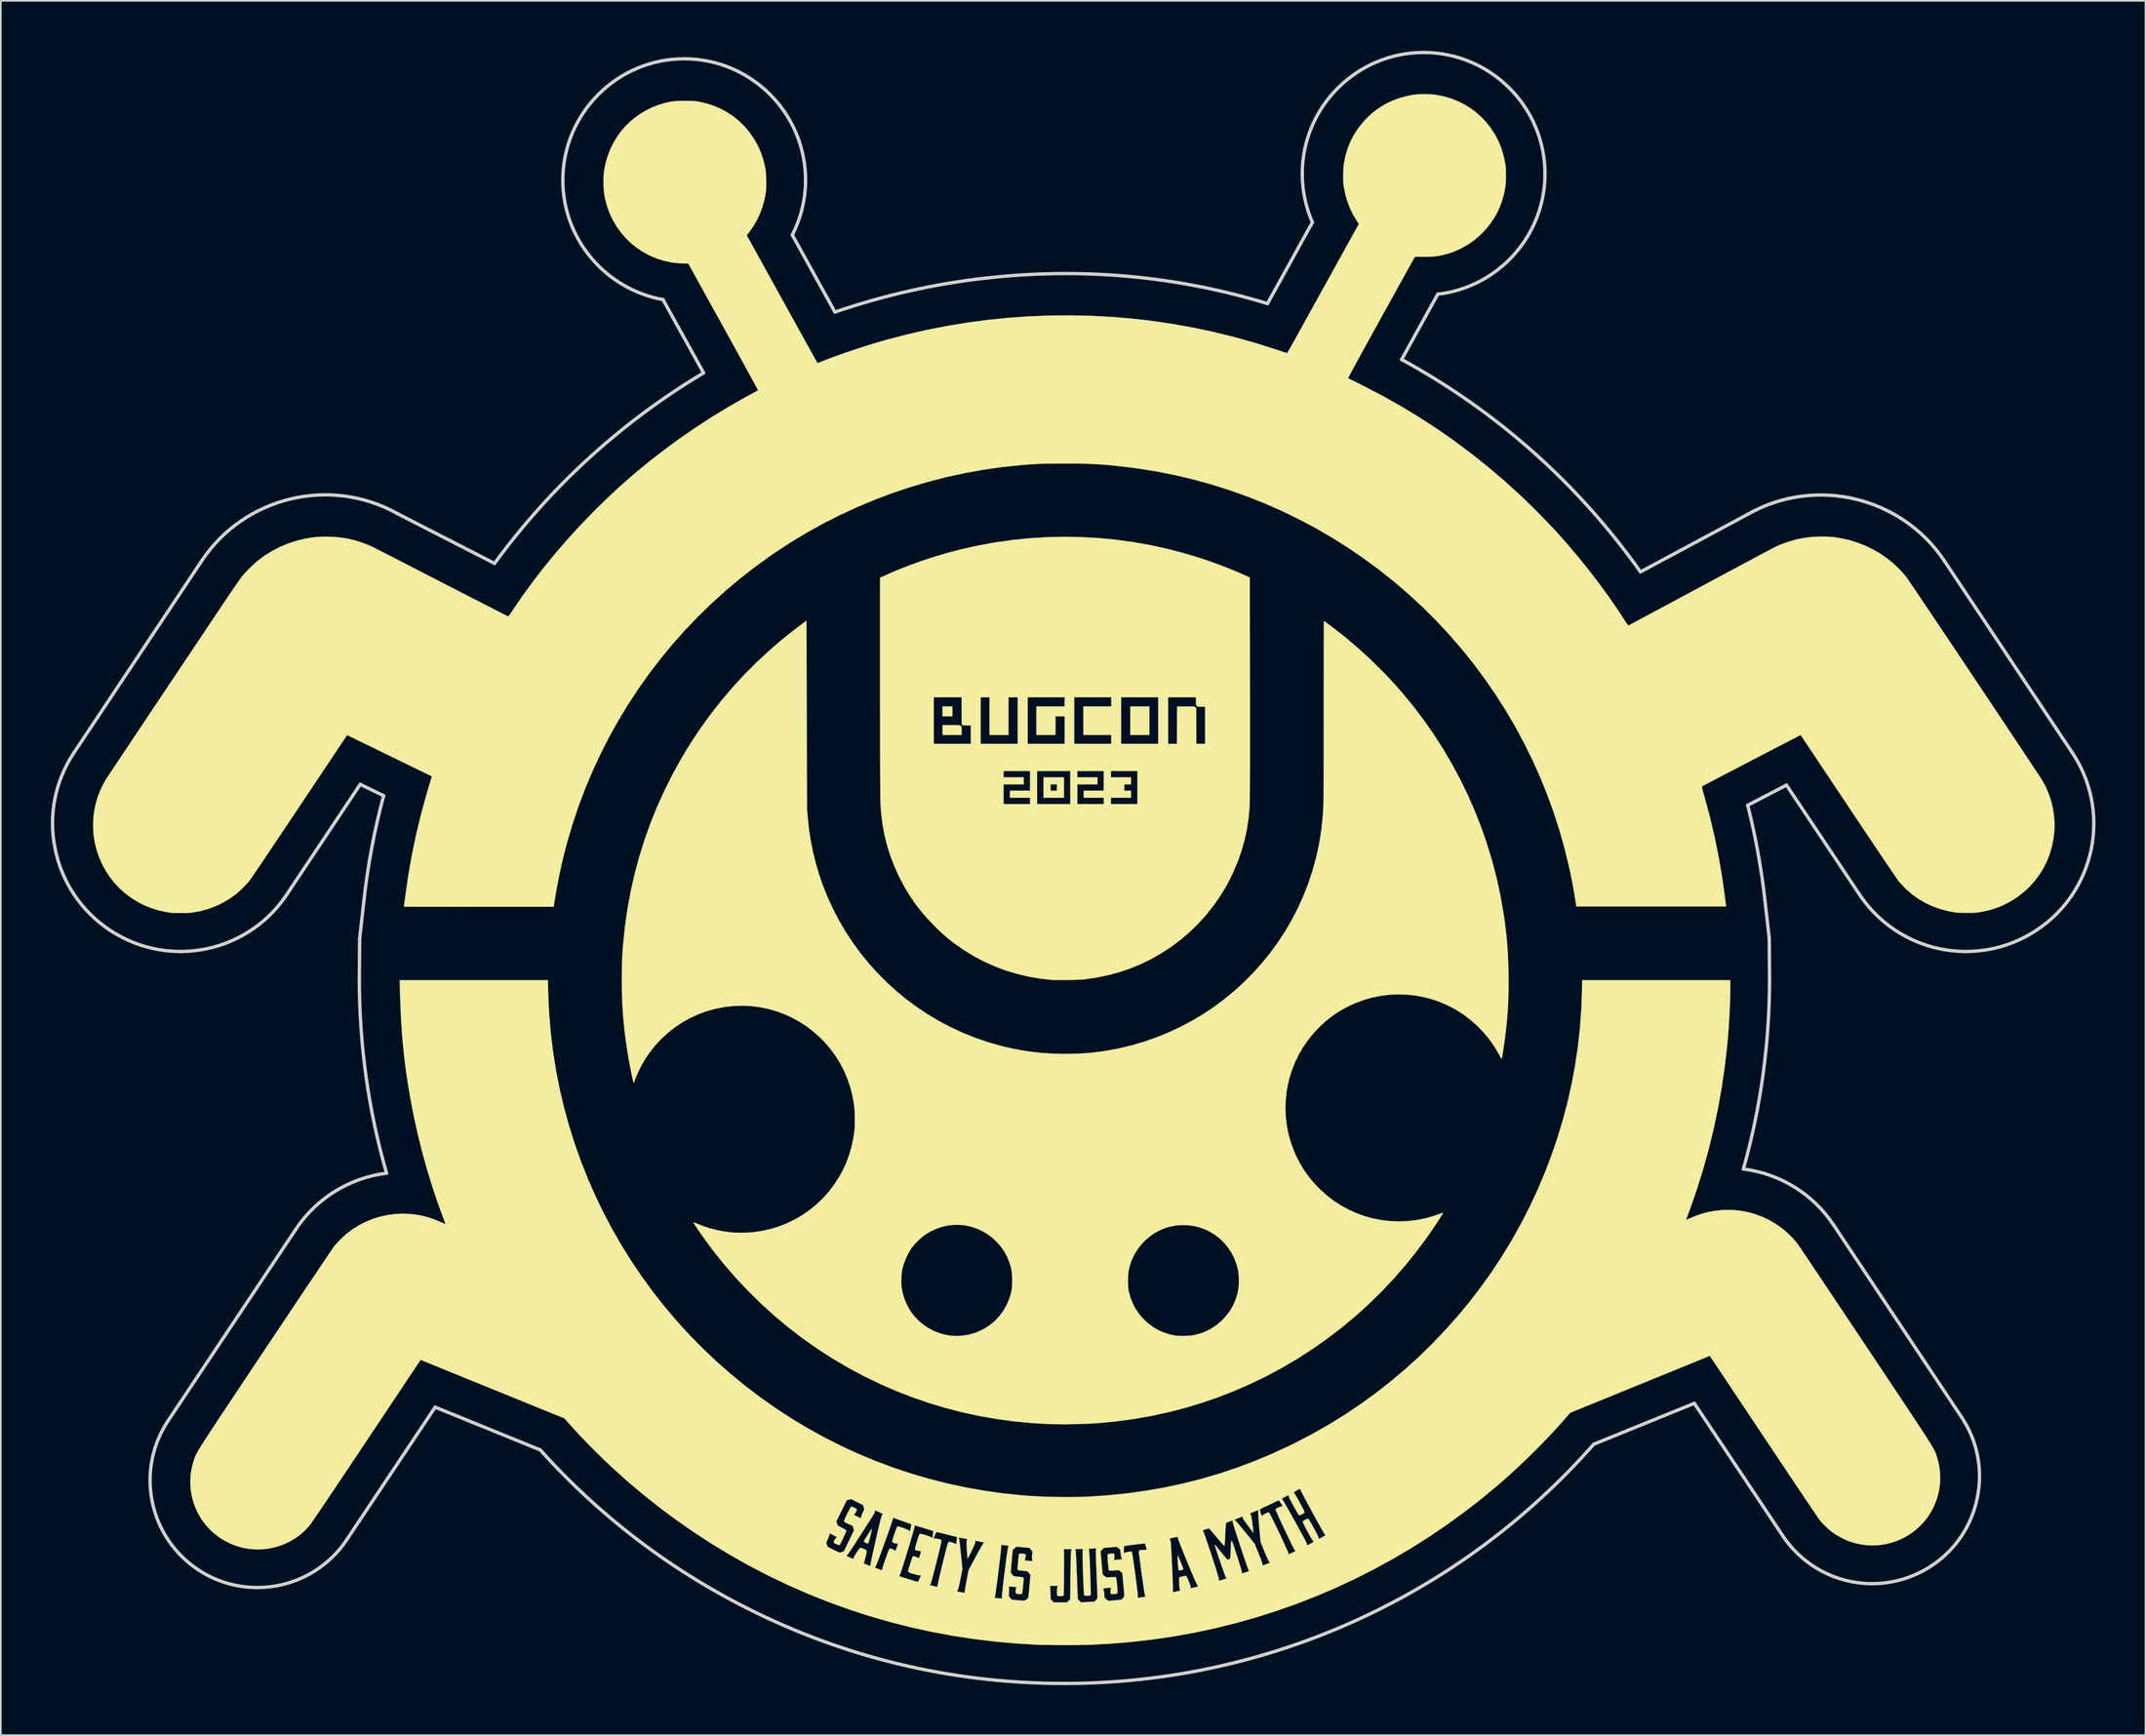
<source format=kicad_pcb>
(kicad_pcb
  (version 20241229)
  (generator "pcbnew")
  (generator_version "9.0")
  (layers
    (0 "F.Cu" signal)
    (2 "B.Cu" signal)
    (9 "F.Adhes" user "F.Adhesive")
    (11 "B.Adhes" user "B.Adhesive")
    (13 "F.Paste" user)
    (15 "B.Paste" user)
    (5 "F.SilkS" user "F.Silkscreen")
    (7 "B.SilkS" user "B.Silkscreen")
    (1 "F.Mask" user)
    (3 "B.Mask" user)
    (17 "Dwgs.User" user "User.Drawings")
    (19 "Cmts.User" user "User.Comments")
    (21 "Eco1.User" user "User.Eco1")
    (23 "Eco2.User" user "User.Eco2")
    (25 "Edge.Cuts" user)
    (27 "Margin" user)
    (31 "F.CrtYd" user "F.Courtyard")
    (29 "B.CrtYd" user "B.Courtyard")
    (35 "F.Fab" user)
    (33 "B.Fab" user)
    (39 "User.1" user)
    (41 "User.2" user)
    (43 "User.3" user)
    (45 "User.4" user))
  (footprint "Bugcon_svg"
    (layer "F.Cu")
    (at 61.351 49.135)
    (property "Reference" "Bugcon_svg" (at 0 0 0) (layer "F.SilkS") (effects (font (size 1.27 1.27) (thickness 0.15))))
    (attr through_hole)
    (fp_poly (pts (xy -7.281 -9.207) (xy -7.874 -9.207) (xy -7.874 -9.8) (xy -7.281 -9.8) (xy -7.281 -9.207)) (stroke (width 0.01) (type solid)) (fill yes) (layer "F.SilkS"))
    (fp_poly (pts (xy 4.53 -8.086) (xy 3.387 -8.086) (xy 3.387 -9.8) (xy 4.53 -9.8) (xy 4.53 -8.086)) (stroke (width 0.01) (type solid)) (fill yes) (layer "F.SilkS"))
    (fp_poly (pts (xy -0.593 -4.318) (xy -1.82 -4.318) (xy -1.82 -5.122) (xy -1.397 -5.122) (xy -1.397 -4.741) (xy -1.016 -4.741) (xy -1.016 -5.122) (xy -1.397 -5.122) (xy -1.82 -5.122) (xy -1.82 -5.546) (xy -0.593 -5.546) (xy -0.593 -4.318)) (stroke (width 0.01) (type solid)) (fill yes) (layer "F.SilkS"))
    (fp_poly (pts (xy -7.03 -8.678) (xy -6.924 -8.673) (xy -6.846 -8.662) (xy -6.792 -8.643) (xy -6.758 -8.612) (xy -6.74 -8.567) (xy -6.732 -8.506) (xy -6.731 -8.426) (xy -6.731 -8.333) (xy -6.731 -8.086) (xy -7.874 -8.086) (xy -7.874 -8.678) (xy -7.349 -8.678) (xy -7.171 -8.679) (xy -7.03 -8.678)) (stroke (width 0.01) (type solid)) (fill yes) (layer "F.SilkS"))
    (fp_poly (pts (xy -12.116 39.569) (xy -12.126 39.626) (xy -12.143 39.709) (xy -12.166 39.811) (xy -12.192 39.923) (xy -12.22 40.039) (xy -12.249 40.152) (xy -12.275 40.252) (xy -12.298 40.334) (xy -12.316 40.39) (xy -12.326 40.412) (xy -12.346 40.423) (xy -12.366 40.424) (xy -12.4 40.413) (xy -12.457 40.39) (xy -12.532 40.356) (xy -12.574 40.331) (xy -12.59 40.307) (xy -12.589 40.283) (xy -12.575 40.255) (xy -12.543 40.2) (xy -12.498 40.124) (xy -12.442 40.035) (xy -12.38 39.938) (xy -12.317 39.839) (xy -12.256 39.745) (xy -12.201 39.662) (xy -12.157 39.597) (xy -12.127 39.556) (xy -12.116 39.545) (xy -12.116 39.569)) (stroke (width 0.01) (type solid)) (fill yes) (layer "F.SilkS"))
    (fp_poly (pts (xy 6.239 41.158) (xy 6.241 41.16) (xy 6.257 41.188) (xy 6.284 41.248) (xy 6.321 41.333) (xy 6.363 41.433) (xy 6.408 41.542) (xy 6.452 41.652) (xy 6.492 41.756) (xy 6.526 41.845) (xy 6.55 41.913) (xy 6.561 41.95) (xy 6.562 41.954) (xy 6.557 41.974) (xy 6.539 41.991) (xy 6.5 42.007) (xy 6.432 42.025) (xy 6.356 42.043) (xy 6.31 42.041) (xy 6.288 42.028) (xy 6.28 42) (xy 6.27 41.936) (xy 6.261 41.845) (xy 6.251 41.735) (xy 6.245 41.644) (xy 6.236 41.482) (xy 6.229 41.358) (xy 6.225 41.268) (xy 6.224 41.207) (xy 6.226 41.171) (xy 6.231 41.156) (xy 6.239 41.158)) (stroke (width 0.01) (type solid)) (fill yes) (layer "F.SilkS"))
    (fp_poly (pts (xy 0.435 -19.959) (xy 1.476 -19.901) (xy 2.514 -19.802) (xy 3.547 -19.661) (xy 4.575 -19.48) (xy 5.596 -19.257) (xy 6.608 -18.994) (xy 7.611 -18.689) (xy 7.648 -18.677) (xy 8.153 -18.505) (xy 8.671 -18.317) (xy 9.189 -18.118) (xy 9.694 -17.913) (xy 10.173 -17.706) (xy 10.276 -17.66) (xy 10.552 -17.535) (xy 10.558 -10.837) (xy 10.559 -10.121) (xy 10.559 -9.448) (xy 10.559 -8.815) (xy 10.56 -8.223) (xy 10.56 -7.671) (xy 10.559 -7.158) (xy 10.559 -6.683) (xy 10.559 -6.247) (xy 10.558 -5.848) (xy 10.557 -5.486) (xy 10.556 -5.159) (xy 10.555 -4.868) (xy 10.553 -4.612) (xy 10.552 -4.391) (xy 10.55 -4.202) (xy 10.548 -4.047) (xy 10.546 -3.924) (xy 10.544 -3.833) (xy 10.541 -3.773) (xy 10.541 -3.768) (xy 10.479 -3.087) (xy 10.377 -2.423) (xy 10.236 -1.772) (xy 10.055 -1.132) (xy 9.833 -0.502) (xy 9.57 0.121) (xy 9.453 0.37) (xy 9.338 0.603) (xy 9.233 0.807) (xy 9.131 0.993) (xy 9.028 1.173) (xy 8.915 1.357) (xy 8.788 1.556) (xy 8.748 1.618) (xy 8.353 2.182) (xy 7.928 2.717) (xy 7.472 3.222) (xy 6.987 3.698) (xy 6.47 4.145) (xy 5.923 4.562) (xy 5.798 4.651) (xy 5.225 5.024) (xy 4.634 5.359) (xy 4.025 5.657) (xy 3.398 5.916) (xy 2.755 6.136) (xy 2.095 6.318) (xy 1.421 6.46) (xy 0.731 6.563) (xy 0.635 6.574) (xy 0.521 6.584) (xy 0.372 6.593) (xy 0.195 6.601) (xy -0.002 6.607) (xy -0.211 6.612) (xy -0.427 6.615) (xy -0.64 6.617) (xy -0.844 6.617) (xy -1.032 6.615) (xy -1.197 6.612) (xy -1.33 6.606) (xy -1.386 6.602) (xy -2.079 6.523) (xy -2.759 6.404) (xy -3.425 6.244) (xy -4.078 6.046) (xy -4.715 5.808) (xy -5.337 5.531) (xy -5.941 5.216) (xy -6.528 4.862) (xy -7.095 4.471) (xy -7.144 4.435) (xy -7.375 4.259) (xy -7.595 4.08) (xy -7.812 3.892) (xy -8.034 3.688) (xy -8.27 3.46) (xy -8.352 3.378) (xy -8.767 2.945) (xy -9.144 2.51) (xy -9.488 2.067) (xy -9.805 1.609) (xy -10.1 1.129) (xy -10.376 0.621) (xy -10.5 0.372) (xy -10.775 -0.239) (xy -11.01 -0.856) (xy -11.205 -1.481) (xy -11.361 -2.118) (xy -11.479 -2.769) (xy -11.56 -3.437) (xy -11.6 -4.02) (xy -11.601 -4.083) (xy -11.603 -4.187) (xy -11.605 -4.331) (xy -11.607 -4.514) (xy -11.608 -4.733) (xy -11.61 -4.988) (xy -11.611 -5.277) (xy -11.612 -5.598) (xy -11.614 -5.927) (xy -4.212 -5.927) (xy -4.212 -5.546) (xy -3.006 -5.546) (xy -3.006 -5.122) (xy -4.212 -5.122) (xy -4.212 -3.937) (xy -2.625 -3.937) (xy -2.625 -4.318) (xy -3.831 -4.318) (xy -3.831 -4.741) (xy -2.625 -4.741) (xy -2.625 -5.927) (xy -2.201 -5.927) (xy -2.201 -3.937) (xy -0.212 -3.937) (xy -0.212 -5.927) (xy 0.212 -5.927) (xy 0.212 -5.546) (xy 1.418 -5.546) (xy 1.418 -5.122) (xy 0.212 -5.122) (xy 0.212 -3.937) (xy 1.799 -3.937) (xy 1.799 -4.318) (xy 0.593 -4.318) (xy 0.593 -4.741) (xy 1.799 -4.741) (xy 1.799 -5.927) (xy 2.223 -5.927) (xy 2.223 -5.546) (xy 3.429 -5.546) (xy 3.429 -5.122) (xy 3.027 -5.122) (xy 3.027 -4.741) (xy 3.429 -4.741) (xy 3.429 -4.318) (xy 2.223 -4.318) (xy 2.223 -3.937) (xy 3.81 -3.937) (xy 3.81 -5.927) (xy 2.223 -5.927) (xy 1.799 -5.927) (xy 0.212 -5.927) (xy -0.212 -5.927) (xy -2.201 -5.927) (xy -2.625 -5.927) (xy -4.212 -5.927) (xy -11.614 -5.927) (xy -11.614 -5.952) (xy -11.615 -6.336) (xy -11.616 -6.748) (xy -11.617 -7.188) (xy -11.618 -7.654) (xy -11.618 -8.145) (xy -11.619 -8.659) (xy -11.619 -9.196) (xy -11.62 -9.753) (xy -11.62 -10.329) (xy -11.62 -10.351) (xy -8.403 -10.351) (xy -8.403 -7.556) (xy -6.181 -7.556) (xy -6.181 -8.657) (xy -6.417 -8.657) (xy -6.527 -8.658) (xy -6.603 -8.663) (xy -6.652 -8.671) (xy -6.683 -8.685) (xy -6.692 -8.692) (xy -6.702 -8.703) (xy -6.71 -8.72) (xy -6.717 -8.746) (xy -6.722 -8.786) (xy -6.725 -8.843) (xy -6.728 -8.922) (xy -6.729 -9.028) (xy -6.73 -9.163) (xy -6.731 -9.332) (xy -6.731 -9.539) (xy -6.731 -10.351) (xy -5.588 -10.351) (xy -5.588 -7.556) (xy -3.365 -7.556) (xy -3.365 -10.351) (xy -2.773 -10.351) (xy -2.773 -7.556) (xy -0.55 -7.556) (xy -0.55 -9.207) (xy -1.101 -9.207) (xy -1.101 -8.086) (xy -2.244 -8.086) (xy -2.244 -9.8) (xy -0.55 -9.8) (xy -0.55 -10.351) (xy 0.021 -10.351) (xy 0.021 -7.556) (xy 2.244 -7.556) (xy 2.244 -8.086) (xy 0.572 -8.086) (xy 0.572 -9.8) (xy 2.244 -9.8) (xy 2.244 -10.351) (xy 2.836 -10.351) (xy 2.836 -7.556) (xy 5.059 -7.556) (xy 5.059 -10.351) (xy 5.652 -10.351) (xy 5.652 -7.556) (xy 6.18 -7.556) (xy 6.186 -8.673) (xy 6.191 -9.79) (xy 6.706 -9.795) (xy 6.867 -9.797) (xy 6.991 -9.798) (xy 7.083 -9.797) (xy 7.151 -9.795) (xy 7.197 -9.79) (xy 7.23 -9.783) (xy 7.253 -9.773) (xy 7.273 -9.759) (xy 7.282 -9.753) (xy 7.342 -9.705) (xy 7.344 -8.631) (xy 7.345 -7.556) (xy 7.874 -7.556) (xy 7.874 -9.779) (xy 7.648 -9.779) (xy 7.545 -9.78) (xy 7.475 -9.783) (xy 7.43 -9.791) (xy 7.398 -9.805) (xy 7.373 -9.825) (xy 7.351 -9.848) (xy 7.337 -9.875) (xy 7.329 -9.915) (xy 7.325 -9.976) (xy 7.324 -10.067) (xy 7.324 -10.111) (xy 7.324 -10.351) (xy 5.652 -10.351) (xy 5.059 -10.351) (xy 2.836 -10.351) (xy 2.244 -10.351) (xy 0.021 -10.351) (xy -0.55 -10.351) (xy -2.773 -10.351) (xy -3.365 -10.351) (xy -3.916 -10.351) (xy -3.916 -8.086) (xy -5.059 -8.086) (xy -5.059 -10.351) (xy -5.588 -10.351) (xy -6.731 -10.351) (xy -8.403 -10.351) (xy -11.62 -10.351) (xy -11.62 -10.924) (xy -11.62 -11) (xy -11.62 -17.523) (xy -11.499 -17.579) (xy -10.747 -17.911) (xy -9.964 -18.225) (xy -9.158 -18.519) (xy -8.336 -18.788) (xy -7.507 -19.031) (xy -6.826 -19.209) (xy -5.801 -19.441) (xy -4.769 -19.631) (xy -3.732 -19.779) (xy -2.692 -19.886) (xy -1.65 -19.952) (xy -0.607 -19.976) (xy 0.435 -19.959)) (stroke (width 0.01) (type solid)) (fill yes) (layer "F.SilkS"))
    (fp_poly (pts (xy -16.02 -9.266) (xy -16.019 -8.778) (xy -16.018 -8.3) (xy -16.016 -7.834) (xy -16.015 -7.383) (xy -16.014 -6.947) (xy -16.012 -6.529) (xy -16.011 -6.131) (xy -16.009 -5.753) (xy -16.008 -5.399) (xy -16.006 -5.069) (xy -16.005 -4.766) (xy -16.003 -4.491) (xy -16.002 -4.245) (xy -16.001 -4.032) (xy -15.999 -3.852) (xy -15.998 -3.708) (xy -15.997 -3.6) (xy -15.995 -3.531) (xy -15.994 -3.503) (xy -15.988 -3.45) (xy -15.98 -3.366) (xy -15.97 -3.261) (xy -15.961 -3.148) (xy -15.96 -3.133) (xy -15.888 -2.449) (xy -15.781 -1.753) (xy -15.64 -1.054) (xy -15.467 -0.357) (xy -15.263 0.328) (xy -15.08 0.859) (xy -14.785 1.607) (xy -14.453 2.334) (xy -14.086 3.04) (xy -13.685 3.723) (xy -13.251 4.383) (xy -12.785 5.019) (xy -12.289 5.629) (xy -11.763 6.212) (xy -11.209 6.768) (xy -10.629 7.295) (xy -10.022 7.792) (xy -9.391 8.258) (xy -8.737 8.692) (xy -8.06 9.093) (xy -7.362 9.46) (xy -6.645 9.792) (xy -5.909 10.087) (xy -5.155 10.346) (xy -4.385 10.565) (xy -4.321 10.582) (xy -3.688 10.729) (xy -3.069 10.847) (xy -2.453 10.937) (xy -1.832 11) (xy -1.195 11.037) (xy -0.533 11.05) (xy -0.501 11.05) (xy 0.048 11.042) (xy 0.569 11.019) (xy 1.075 10.978) (xy 1.576 10.918) (xy 2.085 10.839) (xy 2.614 10.738) (xy 2.756 10.709) (xy 3.501 10.529) (xy 4.243 10.309) (xy 4.978 10.05) (xy 5.702 9.753) (xy 6.412 9.42) (xy 7.104 9.052) (xy 7.774 8.652) (xy 8.319 8.29) (xy 8.969 7.811) (xy 9.592 7.302) (xy 10.185 6.764) (xy 10.747 6.198) (xy 11.279 5.606) (xy 11.779 4.989) (xy 12.246 4.347) (xy 12.679 3.684) (xy 13.078 2.999) (xy 13.441 2.294) (xy 13.768 1.571) (xy 14.058 0.831) (xy 14.31 0.076) (xy 14.523 -0.695) (xy 14.696 -1.478) (xy 14.729 -1.651) (xy 14.841 -2.369) (xy 14.922 -3.114) (xy 14.964 -3.757) (xy 14.967 -3.828) (xy 14.969 -3.941) (xy 14.971 -4.093) (xy 14.973 -4.285) (xy 14.975 -4.515) (xy 14.977 -4.782) (xy 14.978 -5.085) (xy 14.98 -5.422) (xy 14.981 -5.794) (xy 14.982 -6.199) (xy 14.983 -6.635) (xy 14.984 -7.102) (xy 14.985 -7.598) (xy 14.985 -8.123) (xy 14.986 -8.676) (xy 14.986 -9.255) (xy 14.986 -9.562) (xy 14.986 -10.035) (xy 14.986 -10.498) (xy 14.986 -10.947) (xy 14.987 -11.381) (xy 14.987 -11.799) (xy 14.988 -12.199) (xy 14.988 -12.578) (xy 14.989 -12.936) (xy 14.99 -13.27) (xy 14.991 -13.578) (xy 14.992 -13.86) (xy 14.993 -14.112) (xy 14.994 -14.334) (xy 14.995 -14.523) (xy 14.996 -14.677) (xy 14.997 -14.796) (xy 14.998 -14.876) (xy 14.999 -14.917) (xy 15 -14.922) (xy 15.021 -14.91) (xy 15.071 -14.875) (xy 15.146 -14.821) (xy 15.241 -14.75) (xy 15.352 -14.667) (xy 15.474 -14.575) (xy 15.603 -14.477) (xy 15.734 -14.377) (xy 15.864 -14.277) (xy 15.986 -14.182) (xy 16.099 -14.094) (xy 16.195 -14.017) (xy 16.267 -13.96) (xy 17.087 -13.261) (xy 17.872 -12.539) (xy 18.622 -11.794) (xy 19.337 -11.025) (xy 19.677 -10.636) (xy 20.347 -9.824) (xy 20.982 -8.986) (xy 21.584 -8.125) (xy 22.15 -7.242) (xy 22.681 -6.337) (xy 23.175 -5.413) (xy 23.633 -4.471) (xy 24.053 -3.512) (xy 24.435 -2.536) (xy 24.779 -1.547) (xy 25.084 -0.544) (xy 25.349 0.471) (xy 25.573 1.497) (xy 25.756 2.532) (xy 25.758 2.54) (xy 25.835 3.061) (xy 25.9 3.561) (xy 25.953 4.049) (xy 25.995 4.536) (xy 26.028 5.031) (xy 26.051 5.544) (xy 26.066 6.085) (xy 26.071 6.339) (xy 26.074 6.929) (xy 26.066 7.489) (xy 26.046 8.03) (xy 26.014 8.564) (xy 25.97 9.101) (xy 25.912 9.653) (xy 25.855 10.115) (xy 25.833 10.277) (xy 25.81 10.445) (xy 25.785 10.612) (xy 25.76 10.774) (xy 25.736 10.926) (xy 25.714 11.062) (xy 25.694 11.177) (xy 25.677 11.266) (xy 25.665 11.324) (xy 25.657 11.345) (xy 25.657 11.345) (xy 25.642 11.327) (xy 25.612 11.279) (xy 25.571 11.207) (xy 25.523 11.119) (xy 25.516 11.107) (xy 25.245 10.644) (xy 24.938 10.203) (xy 24.598 9.787) (xy 24.227 9.398) (xy 23.827 9.039) (xy 23.401 8.712) (xy 23.315 8.652) (xy 22.868 8.372) (xy 22.404 8.129) (xy 21.926 7.924) (xy 21.436 7.757) (xy 20.936 7.629) (xy 20.429 7.54) (xy 19.916 7.489) (xy 19.401 7.477) (xy 18.887 7.504) (xy 18.374 7.57) (xy 17.866 7.676) (xy 17.364 7.821) (xy 16.873 8.006) (xy 16.516 8.169) (xy 16.114 8.381) (xy 15.744 8.606) (xy 15.397 8.852) (xy 15.062 9.125) (xy 14.757 9.406) (xy 14.388 9.794) (xy 14.052 10.207) (xy 13.75 10.643) (xy 13.484 11.101) (xy 13.254 11.577) (xy 13.062 12.07) (xy 12.909 12.577) (xy 12.795 13.098) (xy 12.762 13.3) (xy 12.705 13.835) (xy 12.69 14.368) (xy 12.716 14.898) (xy 12.784 15.423) (xy 12.893 15.942) (xy 13.043 16.452) (xy 13.234 16.952) (xy 13.359 17.228) (xy 13.578 17.65) (xy 13.818 18.044) (xy 14.085 18.417) (xy 14.383 18.777) (xy 14.717 19.13) (xy 14.767 19.178) (xy 15.16 19.534) (xy 15.577 19.855) (xy 16.014 20.141) (xy 16.471 20.391) (xy 16.943 20.604) (xy 17.43 20.781) (xy 17.93 20.919) (xy 18.439 21.019) (xy 18.956 21.081) (xy 19.478 21.102) (xy 20.003 21.083) (xy 20.529 21.023) (xy 20.855 20.965) (xy 21.227 20.878) (xy 21.6 20.768) (xy 21.875 20.671) (xy 21.97 20.636) (xy 22.051 20.608) (xy 22.109 20.59) (xy 22.136 20.584) (xy 22.137 20.585) (xy 22.131 20.607) (xy 22.103 20.66) (xy 22.056 20.741) (xy 21.991 20.846) (xy 21.912 20.97) (xy 21.821 21.11) (xy 21.72 21.264) (xy 21.612 21.426) (xy 21.499 21.593) (xy 21.383 21.762) (xy 21.268 21.929) (xy 21.154 22.09) (xy 21.133 22.119) (xy 20.516 22.949) (xy 19.863 23.758) (xy 19.177 24.543) (xy 18.461 25.303) (xy 17.717 26.034) (xy 16.947 26.733) (xy 16.155 27.397) (xy 16.002 27.52) (xy 15.155 28.165) (xy 14.286 28.774) (xy 13.398 29.345) (xy 12.491 29.88) (xy 11.565 30.377) (xy 10.622 30.836) (xy 9.662 31.256) (xy 8.687 31.638) (xy 7.697 31.981) (xy 6.694 32.285) (xy 5.677 32.548) (xy 4.649 32.772) (xy 3.609 32.955) (xy 2.56 33.098) (xy 1.503 33.199) (xy 1.158 33.222) (xy 0.783 33.241) (xy 0.39 33.255) (xy -0.012 33.266) (xy -0.412 33.271) (xy -0.799 33.272) (xy -1.165 33.268) (xy -1.46 33.26) (xy -2.527 33.2) (xy -3.584 33.099) (xy -4.633 32.957) (xy -5.672 32.775) (xy -6.701 32.552) (xy -7.717 32.288) (xy -8.721 31.985) (xy -9.712 31.643) (xy -10.688 31.262) (xy -11.649 30.841) (xy -12.594 30.382) (xy -13.522 29.885) (xy -14.432 29.35) (xy -15.323 28.777) (xy -16.195 28.167) (xy -16.383 28.029) (xy -17.189 27.404) (xy -17.976 26.744) (xy -18.741 26.05) (xy -19.48 25.326) (xy -20.096 24.676) (xy -10.348 24.676) (xy -10.345 24.854) (xy -10.334 25.006) (xy -10.331 25.03) (xy -10.268 25.376) (xy -10.169 25.718) (xy -10.036 26.047) (xy -9.875 26.356) (xy -9.74 26.564) (xy -9.513 26.849) (xy -9.257 27.106) (xy -8.977 27.333) (xy -8.676 27.529) (xy -8.356 27.691) (xy -8.023 27.819) (xy -7.679 27.91) (xy -7.328 27.963) (xy -6.972 27.977) (xy -6.693 27.96) (xy -6.317 27.898) (xy -5.957 27.799) (xy -5.615 27.663) (xy -5.293 27.492) (xy -4.993 27.288) (xy -4.718 27.053) (xy -4.47 26.789) (xy -4.251 26.497) (xy -4.063 26.179) (xy -3.908 25.837) (xy -3.864 25.719) (xy -3.807 25.545) (xy -3.764 25.389) (xy -3.733 25.239) (xy -3.712 25.085) (xy -3.7 24.915) (xy -3.696 24.718) (xy -3.695 24.659) (xy 3.251 24.659) (xy 3.251 24.818) (xy 3.254 24.943) (xy 3.259 25.044) (xy 3.266 25.13) (xy 3.278 25.209) (xy 3.294 25.291) (xy 3.298 25.308) (xy 3.399 25.679) (xy 3.535 26.028) (xy 3.709 26.355) (xy 3.918 26.661) (xy 4.166 26.948) (xy 4.17 26.952) (xy 4.449 27.213) (xy 4.75 27.437) (xy 5.071 27.625) (xy 5.413 27.775) (xy 5.774 27.888) (xy 6.085 27.953) (xy 6.212 27.967) (xy 6.369 27.975) (xy 6.545 27.976) (xy 6.727 27.972) (xy 6.906 27.962) (xy 7.068 27.946) (xy 7.204 27.926) (xy 7.225 27.921) (xy 7.593 27.823) (xy 7.936 27.691) (xy 8.258 27.523) (xy 8.559 27.318) (xy 8.844 27.076) (xy 8.923 26.999) (xy 9.171 26.726) (xy 9.381 26.44) (xy 9.555 26.135) (xy 9.696 25.809) (xy 9.806 25.457) (xy 9.847 25.287) (xy 9.872 25.134) (xy 9.888 24.951) (xy 9.896 24.75) (xy 9.896 24.544) (xy 9.888 24.343) (xy 9.871 24.16) (xy 9.846 24.008) (xy 9.745 23.636) (xy 9.609 23.284) (xy 9.437 22.953) (xy 9.234 22.647) (xy 8.999 22.367) (xy 8.735 22.114) (xy 8.443 21.891) (xy 8.124 21.7) (xy 7.866 21.578) (xy 7.521 21.454) (xy 7.165 21.37) (xy 6.801 21.325) (xy 6.434 21.319) (xy 6.068 21.354) (xy 5.709 21.428) (xy 5.516 21.486) (xy 5.182 21.619) (xy 4.865 21.789) (xy 4.567 21.992) (xy 4.292 22.226) (xy 4.043 22.487) (xy 3.822 22.771) (xy 3.634 23.077) (xy 3.481 23.399) (xy 3.409 23.598) (xy 3.355 23.77) (xy 3.315 23.922) (xy 3.286 24.066) (xy 3.267 24.213) (xy 3.256 24.374) (xy 3.251 24.561) (xy 3.251 24.659) (xy -3.695 24.659) (xy -3.695 24.649) (xy -3.698 24.43) (xy -3.708 24.241) (xy -3.729 24.071) (xy -3.76 23.908) (xy -3.805 23.74) (xy -3.865 23.556) (xy -3.867 23.551) (xy -4.007 23.21) (xy -4.18 22.892) (xy -4.385 22.599) (xy -4.618 22.331) (xy -4.876 22.09) (xy -5.156 21.878) (xy -5.457 21.697) (xy -5.774 21.548) (xy -6.106 21.433) (xy -6.449 21.353) (xy -6.801 21.31) (xy -7.159 21.306) (xy -7.521 21.341) (xy -7.68 21.37) (xy -7.99 21.451) (xy -8.303 21.567) (xy -8.605 21.71) (xy -8.885 21.877) (xy -8.953 21.924) (xy -9.099 22.037) (xy -9.254 22.174) (xy -9.409 22.325) (xy -9.554 22.479) (xy -9.678 22.627) (xy -9.73 22.697) (xy -9.901 22.968) (xy -10.051 23.267) (xy -10.176 23.58) (xy -10.269 23.894) (xy -10.288 23.978) (xy -10.312 24.124) (xy -10.331 24.297) (xy -10.343 24.486) (xy -10.348 24.676) (xy -20.096 24.676) (xy -20.19 24.576) (xy -20.869 23.801) (xy -21.513 23.005) (xy -21.794 22.638) (xy -21.914 22.475) (xy -22.036 22.308) (xy -22.158 22.14) (xy -22.276 21.974) (xy -22.389 21.814) (xy -22.493 21.663) (xy -22.588 21.525) (xy -22.669 21.404) (xy -22.734 21.303) (xy -22.782 21.225) (xy -22.809 21.175) (xy -22.814 21.156) (xy -22.792 21.16) (xy -22.74 21.179) (xy -22.665 21.208) (xy -22.591 21.24) (xy -22.205 21.393) (xy -21.791 21.524) (xy -21.36 21.632) (xy -20.924 21.713) (xy -20.565 21.758) (xy -20.4 21.77) (xy -20.205 21.777) (xy -19.991 21.78) (xy -19.772 21.778) (xy -19.559 21.771) (xy -19.363 21.761) (xy -19.213 21.748) (xy -18.682 21.669) (xy -18.165 21.551) (xy -17.662 21.395) (xy -17.175 21.201) (xy -16.707 20.971) (xy -16.259 20.707) (xy -15.833 20.408) (xy -15.43 20.078) (xy -15.053 19.716) (xy -14.702 19.324) (xy -14.38 18.903) (xy -14.088 18.454) (xy -13.873 18.066) (xy -13.653 17.595) (xy -13.471 17.104) (xy -13.325 16.593) (xy -13.214 16.061) (xy -13.161 15.695) (xy -13.15 15.567) (xy -13.142 15.406) (xy -13.137 15.221) (xy -13.135 15.022) (xy -13.137 14.819) (xy -13.142 14.62) (xy -13.15 14.435) (xy -13.161 14.273) (xy -13.174 14.15) (xy -13.269 13.6) (xy -13.4 13.071) (xy -13.569 12.561) (xy -13.775 12.072) (xy -14.019 11.603) (xy -14.299 11.154) (xy -14.615 10.727) (xy -14.969 10.321) (xy -15.19 10.095) (xy -15.588 9.736) (xy -16.007 9.412) (xy -16.446 9.124) (xy -16.903 8.873) (xy -17.375 8.659) (xy -17.86 8.482) (xy -18.357 8.343) (xy -18.862 8.242) (xy -19.375 8.18) (xy -19.893 8.158) (xy -20.414 8.175) (xy -20.935 8.233) (xy -21.455 8.332) (xy -21.971 8.472) (xy -22.066 8.502) (xy -22.561 8.687) (xy -23.039 8.909) (xy -23.497 9.167) (xy -23.933 9.46) (xy -24.346 9.785) (xy -24.733 10.141) (xy -25.092 10.526) (xy -25.422 10.939) (xy -25.719 11.378) (xy -25.917 11.716) (xy -26.003 11.881) (xy -26.092 12.065) (xy -26.179 12.255) (xy -26.257 12.439) (xy -26.32 12.603) (xy -26.334 12.642) (xy -26.36 12.712) (xy -26.382 12.763) (xy -26.396 12.784) (xy -26.397 12.785) (xy -26.407 12.765) (xy -26.424 12.707) (xy -26.447 12.617) (xy -26.474 12.498) (xy -26.504 12.356) (xy -26.538 12.194) (xy -26.574 12.017) (xy -26.61 11.829) (xy -26.647 11.635) (xy -26.683 11.439) (xy -26.717 11.245) (xy -26.743 11.091) (xy -26.863 10.31) (xy -26.959 9.549) (xy -27.03 8.798) (xy -27.079 8.044) (xy -27.105 7.278) (xy -27.11 6.489) (xy -27.108 6.265) (xy -27.104 5.99) (xy -27.099 5.75) (xy -27.093 5.535) (xy -27.086 5.339) (xy -27.078 5.153) (xy -27.067 4.969) (xy -27.054 4.779) (xy -27.038 4.574) (xy -27.019 4.348) (xy -27.018 4.339) (xy -26.907 3.297) (xy -26.754 2.259) (xy -26.561 1.227) (xy -26.327 0.205) (xy -26.054 -0.807) (xy -25.741 -1.805) (xy -25.39 -2.788) (xy -25.001 -3.755) (xy -24.982 -3.799) (xy -24.542 -4.77) (xy -24.067 -5.719) (xy -23.556 -6.646) (xy -23.01 -7.549) (xy -22.43 -8.429) (xy -21.815 -9.284) (xy -21.167 -10.113) (xy -20.486 -10.917) (xy -19.772 -11.694) (xy -19.027 -12.443) (xy -18.25 -13.165) (xy -17.863 -13.504) (xy -17.482 -13.824) (xy -17.084 -14.144) (xy -16.661 -14.473) (xy -16.478 -14.611) (xy -16.034 -14.944) (xy -16.02 -9.266)) (stroke (width 0.01) (type solid)) (fill yes) (layer "F.SilkS"))
    (fp_poly (pts (xy 21.165 -46.533) (xy 21.381 -46.526) (xy 21.578 -46.512) (xy 21.725 -46.494) (xy 22.177 -46.405) (xy 22.613 -46.278) (xy 23.03 -46.113) (xy 23.428 -45.914) (xy 23.805 -45.681) (xy 24.157 -45.415) (xy 24.484 -45.117) (xy 24.784 -44.79) (xy 25.054 -44.435) (xy 25.293 -44.053) (xy 25.446 -43.758) (xy 25.599 -43.401) (xy 25.726 -43.018) (xy 25.825 -42.619) (xy 25.89 -42.249) (xy 25.903 -42.11) (xy 25.912 -41.94) (xy 25.916 -41.75) (xy 25.915 -41.552) (xy 25.909 -41.357) (xy 25.899 -41.175) (xy 25.884 -41.018) (xy 25.878 -40.968) (xy 25.79 -40.513) (xy 25.664 -40.076) (xy 25.499 -39.656) (xy 25.297 -39.256) (xy 25.058 -38.875) (xy 24.782 -38.515) (xy 24.544 -38.252) (xy 24.246 -37.966) (xy 23.939 -37.717) (xy 23.614 -37.497) (xy 23.263 -37.301) (xy 23.209 -37.275) (xy 22.967 -37.161) (xy 22.742 -37.068) (xy 22.521 -36.991) (xy 22.288 -36.925) (xy 22.253 -36.915) (xy 22.087 -36.875) (xy 21.941 -36.843) (xy 21.804 -36.819) (xy 21.669 -36.801) (xy 21.527 -36.789) (xy 21.367 -36.782) (xy 21.181 -36.779) (xy 21.005 -36.778) (xy 20.451 -36.777) (xy 18.436 -33.137) (xy 18.165 -32.646) (xy 17.914 -32.192) (xy 17.683 -31.774) (xy 17.473 -31.392) (xy 17.283 -31.046) (xy 17.113 -30.736) (xy 16.962 -30.46) (xy 16.832 -30.22) (xy 16.72 -30.014) (xy 16.628 -29.842) (xy 16.556 -29.705) (xy 16.502 -29.601) (xy 16.467 -29.531) (xy 16.451 -29.494) (xy 16.45 -29.488) (xy 16.474 -29.476) (xy 16.532 -29.448) (xy 16.62 -29.405) (xy 16.735 -29.348) (xy 16.871 -29.281) (xy 17.025 -29.204) (xy 17.194 -29.119) (xy 17.335 -29.049) (xy 18.481 -28.452) (xy 19.6 -27.824) (xy 20.692 -27.163) (xy 21.76 -26.47) (xy 22.804 -25.742) (xy 23.827 -24.978) (xy 24.828 -24.179) (xy 25.811 -23.343) (xy 26.744 -22.498) (xy 26.91 -22.341) (xy 27.098 -22.159) (xy 27.302 -21.959) (xy 27.519 -21.745) (xy 27.742 -21.521) (xy 27.967 -21.294) (xy 28.188 -21.069) (xy 28.4 -20.85) (xy 28.599 -20.644) (xy 28.779 -20.454) (xy 28.935 -20.286) (xy 28.981 -20.235) (xy 29.626 -19.507) (xy 30.258 -18.757) (xy 30.874 -17.993) (xy 31.468 -17.219) (xy 32.036 -16.442) (xy 32.574 -15.668) (xy 33.076 -14.902) (xy 33.094 -14.874) (xy 33.163 -14.771) (xy 33.216 -14.699) (xy 33.253 -14.661) (xy 33.267 -14.656) (xy 33.288 -14.667) (xy 33.345 -14.697) (xy 33.435 -14.746) (xy 33.558 -14.811) (xy 33.712 -14.893) (xy 33.894 -14.991) (xy 34.103 -15.103) (xy 34.338 -15.229) (xy 34.597 -15.368) (xy 34.878 -15.518) (xy 35.18 -15.68) (xy 35.5 -15.852) (xy 35.837 -16.033) (xy 36.19 -16.222) (xy 36.557 -16.419) (xy 36.935 -16.622) (xy 37.324 -16.831) (xy 37.481 -16.915) (xy 37.971 -17.179) (xy 38.425 -17.423) (xy 38.845 -17.648) (xy 39.232 -17.856) (xy 39.587 -18.047) (xy 39.913 -18.222) (xy 40.21 -18.381) (xy 40.48 -18.526) (xy 40.724 -18.656) (xy 40.944 -18.774) (xy 41.141 -18.879) (xy 41.318 -18.973) (xy 41.474 -19.056) (xy 41.612 -19.13) (xy 41.734 -19.193) (xy 41.84 -19.249) (xy 41.932 -19.296) (xy 42.011 -19.337) (xy 42.08 -19.372) (xy 42.139 -19.401) (xy 42.19 -19.426) (xy 42.235 -19.446) (xy 42.274 -19.464) (xy 42.31 -19.48) (xy 42.343 -19.493) (xy 42.376 -19.507) (xy 42.409 -19.52) (xy 42.445 -19.534) (xy 42.471 -19.544) (xy 42.912 -19.701) (xy 43.349 -19.822) (xy 43.79 -19.909) (xy 44.243 -19.963) (xy 44.716 -19.986) (xy 44.831 -19.987) (xy 45.068 -19.985) (xy 45.277 -19.978) (xy 45.469 -19.965) (xy 45.658 -19.944) (xy 45.858 -19.914) (xy 45.974 -19.895) (xy 46.478 -19.786) (xy 46.969 -19.638) (xy 47.447 -19.452) (xy 47.908 -19.231) (xy 48.349 -18.975) (xy 48.768 -18.687) (xy 49.162 -18.367) (xy 49.528 -18.018) (xy 49.865 -17.64) (xy 49.898 -17.6) (xy 49.922 -17.567) (xy 49.969 -17.5) (xy 50.037 -17.401) (xy 50.125 -17.272) (xy 50.232 -17.113) (xy 50.358 -16.928) (xy 50.501 -16.716) (xy 50.66 -16.481) (xy 50.833 -16.223) (xy 51.021 -15.944) (xy 51.222 -15.645) (xy 51.434 -15.329) (xy 51.657 -14.997) (xy 51.89 -14.65) (xy 52.131 -14.29) (xy 52.38 -13.918) (xy 52.635 -13.537) (xy 52.896 -13.147) (xy 53.161 -12.751) (xy 53.43 -12.349) (xy 53.7 -11.944) (xy 53.972 -11.538) (xy 54.244 -11.13) (xy 54.515 -10.724) (xy 54.784 -10.321) (xy 55.05 -9.923) (xy 55.312 -9.53) (xy 55.569 -9.145) (xy 55.82 -8.769) (xy 56.063 -8.404) (xy 56.298 -8.051) (xy 56.523 -7.712) (xy 56.738 -7.389) (xy 56.942 -7.083) (xy 57.133 -6.795) (xy 57.31 -6.528) (xy 57.472 -6.282) (xy 57.619 -6.061) (xy 57.749 -5.864) (xy 57.861 -5.694) (xy 57.954 -5.552) (xy 58.027 -5.439) (xy 58.079 -5.359) (xy 58.109 -5.311) (xy 58.111 -5.308) (xy 58.315 -4.919) (xy 58.486 -4.508) (xy 58.624 -4.081) (xy 58.725 -3.641) (xy 58.79 -3.195) (xy 58.816 -2.749) (xy 58.804 -2.307) (xy 58.803 -2.303) (xy 58.747 -1.827) (xy 58.651 -1.364) (xy 58.517 -0.918) (xy 58.347 -0.488) (xy 58.14 -0.077) (xy 57.897 0.312) (xy 57.621 0.679) (xy 57.312 1.022) (xy 56.971 1.338) (xy 56.598 1.627) (xy 56.451 1.728) (xy 56.073 1.957) (xy 55.688 2.149) (xy 55.289 2.307) (xy 54.871 2.433) (xy 54.43 2.528) (xy 54.197 2.565) (xy 54.076 2.577) (xy 53.923 2.586) (xy 53.747 2.591) (xy 53.559 2.592) (xy 53.368 2.589) (xy 53.185 2.583) (xy 53.018 2.574) (xy 52.879 2.561) (xy 52.832 2.555) (xy 52.349 2.463) (xy 51.887 2.334) (xy 51.445 2.168) (xy 51.025 1.967) (xy 50.626 1.729) (xy 50.25 1.455) (xy 49.897 1.146) (xy 49.568 0.802) (xy 49.471 0.69) (xy 49.445 0.655) (xy 49.397 0.587) (xy 49.328 0.487) (xy 49.238 0.356) (xy 49.129 0.196) (xy 49.002 0.009) (xy 48.858 -0.203) (xy 48.698 -0.44) (xy 48.523 -0.699) (xy 48.335 -0.979) (xy 48.134 -1.278) (xy 47.921 -1.595) (xy 47.698 -1.928) (xy 47.465 -2.276) (xy 47.224 -2.636) (xy 46.976 -3.008) (xy 46.721 -3.389) (xy 46.461 -3.779) (xy 46.456 -3.787) (xy 46.199 -4.173) (xy 45.947 -4.55) (xy 45.703 -4.916) (xy 45.467 -5.27) (xy 45.241 -5.61) (xy 45.024 -5.935) (xy 44.819 -6.242) (xy 44.626 -6.532) (xy 44.446 -6.801) (xy 44.281 -7.05) (xy 44.13 -7.275) (xy 43.996 -7.476) (xy 43.88 -7.651) (xy 43.781 -7.798) (xy 43.702 -7.916) (xy 43.644 -8.004) (xy 43.606 -8.06) (xy 43.591 -8.083) (xy 43.591 -8.083) (xy 43.572 -8.074) (xy 43.518 -8.047) (xy 43.431 -8.003) (xy 43.314 -7.943) (xy 43.169 -7.868) (xy 42.999 -7.781) (xy 42.807 -7.681) (xy 42.593 -7.571) (xy 42.362 -7.451) (xy 42.116 -7.323) (xy 41.856 -7.188) (xy 41.586 -7.047) (xy 41.307 -6.902) (xy 41.023 -6.755) (xy 40.735 -6.605) (xy 40.447 -6.455) (xy 40.16 -6.305) (xy 39.878 -6.158) (xy 39.602 -6.014) (xy 39.335 -5.874) (xy 39.079 -5.741) (xy 38.837 -5.614) (xy 38.611 -5.496) (xy 38.404 -5.388) (xy 38.219 -5.29) (xy 38.056 -5.205) (xy 37.92 -5.133) (xy 37.813 -5.076) (xy 37.736 -5.035) (xy 37.693 -5.012) (xy 37.685 -5.007) (xy 37.676 -4.996) (xy 37.671 -4.979) (xy 37.672 -4.949) (xy 37.68 -4.903) (xy 37.695 -4.837) (xy 37.719 -4.745) (xy 37.752 -4.624) (xy 37.796 -4.469) (xy 37.821 -4.38) (xy 38.153 -3.143) (xy 38.443 -1.906) (xy 38.692 -0.668) (xy 38.9 0.568) (xy 39.031 1.513) (xy 39.049 1.661) (xy 39.067 1.799) (xy 39.082 1.921) (xy 39.095 2.02) (xy 39.104 2.088) (xy 39.107 2.111) (xy 39.119 2.201) (xy 30.142 2.201) (xy 30.132 2.154) (xy 30.125 2.118) (xy 30.114 2.048) (xy 30.098 1.952) (xy 30.081 1.838) (xy 30.066 1.746) (xy 30.018 1.451) (xy 29.961 1.126) (xy 29.898 0.785) (xy 29.83 0.439) (xy 29.76 0.102) (xy 29.707 -0.139) (xy 29.439 -1.248) (xy 29.131 -2.344) (xy 28.783 -3.426) (xy 28.396 -4.492) (xy 27.972 -5.542) (xy 27.51 -6.574) (xy 27.01 -7.588) (xy 26.475 -8.583) (xy 25.903 -9.558) (xy 25.297 -10.511) (xy 24.655 -11.442) (xy 23.98 -12.35) (xy 23.271 -13.234) (xy 22.529 -14.092) (xy 21.755 -14.924) (xy 20.949 -15.729) (xy 20.112 -16.506) (xy 20.045 -16.566) (xy 19.177 -17.31) (xy 18.284 -18.019) (xy 17.368 -18.693) (xy 16.431 -19.332) (xy 15.472 -19.936) (xy 14.493 -20.503) (xy 13.494 -21.033) (xy 12.478 -21.526) (xy 11.445 -21.982) (xy 10.395 -22.399) (xy 9.33 -22.778) (xy 8.251 -23.118) (xy 7.159 -23.419) (xy 6.055 -23.68) (xy 4.939 -23.901) (xy 3.813 -24.081) (xy 2.836 -24.203) (xy 2.511 -24.238) (xy 2.212 -24.267) (xy 1.933 -24.293) (xy 1.665 -24.314) (xy 1.404 -24.331) (xy 1.143 -24.345) (xy 0.875 -24.356) (xy 0.593 -24.363) (xy 0.291 -24.369) (xy -0.038 -24.372) (xy -0.4 -24.373) (xy -0.55 -24.373) (xy -0.862 -24.373) (xy -1.138 -24.372) (xy -1.383 -24.37) (xy -1.603 -24.367) (xy -1.805 -24.363) (xy -1.994 -24.357) (xy -2.176 -24.349) (xy -2.357 -24.339) (xy -2.544 -24.327) (xy -2.741 -24.313) (xy -2.955 -24.296) (xy -3.186 -24.277) (xy -4.311 -24.159) (xy -5.43 -24) (xy -6.543 -23.799) (xy -7.647 -23.558) (xy -8.742 -23.277) (xy -9.825 -22.956) (xy -10.897 -22.596) (xy -11.955 -22.197) (xy -12.998 -21.759) (xy -14.025 -21.284) (xy -15.035 -20.771) (xy -16.027 -20.221) (xy -16.998 -19.635) (xy -17.948 -19.012) (xy -18.214 -18.829) (xy -19.142 -18.156) (xy -20.041 -17.453) (xy -20.912 -16.72) (xy -21.752 -15.958) (xy -22.563 -15.167) (xy -23.343 -14.35) (xy -24.091 -13.506) (xy -24.807 -12.637) (xy -25.49 -11.743) (xy -26.14 -10.825) (xy -26.756 -9.884) (xy -27.337 -8.922) (xy -27.883 -7.939) (xy -28.394 -6.935) (xy -28.868 -5.912) (xy -29.305 -4.871) (xy -29.704 -3.812) (xy -30.065 -2.737) (xy -30.387 -1.646) (xy -30.551 -1.027) (xy -30.664 -0.564) (xy -30.773 -0.084) (xy -30.876 0.403) (xy -30.971 0.885) (xy -31.056 1.35) (xy -31.125 1.778) (xy -31.144 1.898) (xy -31.161 2.006) (xy -31.175 2.094) (xy -31.186 2.154) (xy -31.19 2.175) (xy -31.2 2.223) (xy -35.687 2.223) (xy -36.12 2.222) (xy -36.541 2.222) (xy -36.949 2.222) (xy -37.342 2.222) (xy -37.717 2.222) (xy -38.074 2.221) (xy -38.409 2.221) (xy -38.721 2.221) (xy -39.009 2.22) (xy -39.269 2.22) (xy -39.501 2.219) (xy -39.701 2.219) (xy -39.869 2.218) (xy -40.002 2.218) (xy -40.099 2.217) (xy -40.157 2.217) (xy -40.174 2.216) (xy -40.172 2.194) (xy -40.165 2.136) (xy -40.154 2.047) (xy -40.14 1.934) (xy -40.123 1.803) (xy -40.11 1.703) (xy -39.927 0.417) (xy -39.705 -0.855) (xy -39.442 -2.117) (xy -39.139 -3.372) (xy -38.794 -4.623) (xy -38.659 -5.075) (xy -38.616 -5.215) (xy -38.578 -5.341) (xy -38.546 -5.448) (xy -38.521 -5.53) (xy -38.506 -5.582) (xy -38.502 -5.598) (xy -38.52 -5.61) (xy -38.565 -5.635) (xy -38.613 -5.658) (xy -38.646 -5.674) (xy -38.714 -5.707) (xy -38.816 -5.756) (xy -38.948 -5.821) (xy -39.109 -5.899) (xy -39.296 -5.99) (xy -39.507 -6.093) (xy -39.739 -6.206) (xy -39.99 -6.328) (xy -40.257 -6.458) (xy -40.538 -6.596) (xy -40.832 -6.739) (xy -41.134 -6.886) (xy -41.154 -6.896) (xy -43.584 -8.082) (xy -46.439 -3.803) (xy -46.698 -3.415) (xy -46.952 -3.034) (xy -47.199 -2.664) (xy -47.44 -2.304) (xy -47.672 -1.958) (xy -47.895 -1.625) (xy -48.107 -1.309) (xy -48.307 -1.01) (xy -48.495 -0.731) (xy -48.669 -0.472) (xy -48.828 -0.236) (xy -48.971 -0.024) (xy -49.098 0.163) (xy -49.206 0.322) (xy -49.295 0.453) (xy -49.364 0.553) (xy -49.412 0.621) (xy -49.437 0.656) (xy -49.437 0.656) (xy -49.54 0.777) (xy -49.665 0.914) (xy -49.804 1.056) (xy -49.948 1.197) (xy -50.086 1.325) (xy -50.21 1.432) (xy -50.246 1.46) (xy -50.637 1.741) (xy -51.047 1.983) (xy -51.474 2.187) (xy -51.918 2.352) (xy -52.375 2.478) (xy -52.847 2.564) (xy -52.991 2.582) (xy -53.092 2.59) (xy -53.225 2.596) (xy -53.38 2.599) (xy -53.546 2.6) (xy -53.714 2.599) (xy -53.873 2.596) (xy -54.013 2.59) (xy -54.123 2.582) (xy -54.144 2.58) (xy -54.52 2.522) (xy -54.905 2.432) (xy -55.287 2.314) (xy -55.655 2.172) (xy -55.999 2.009) (xy -56.081 1.965) (xy -56.491 1.714) (xy -56.872 1.433) (xy -57.222 1.123) (xy -57.541 0.784) (xy -57.828 0.417) (xy -58.084 0.021) (xy -58.272 -0.328) (xy -58.461 -0.757) (xy -58.61 -1.197) (xy -58.719 -1.645) (xy -58.789 -2.1) (xy -58.819 -2.557) (xy -58.809 -3.015) (xy -58.76 -3.471) (xy -58.671 -3.921) (xy -58.542 -4.364) (xy -58.374 -4.795) (xy -58.306 -4.942) (xy -58.245 -5.065) (xy -58.176 -5.195) (xy -58.108 -5.318) (xy -58.049 -5.418) (xy -58.048 -5.419) (xy -58.026 -5.453) (xy -57.981 -5.521) (xy -57.914 -5.622) (xy -57.827 -5.754) (xy -57.719 -5.917) (xy -57.592 -6.108) (xy -57.446 -6.327) (xy -57.283 -6.572) (xy -57.103 -6.842) (xy -56.906 -7.137) (xy -56.695 -7.454) (xy -56.469 -7.792) (xy -56.23 -8.151) (xy -55.978 -8.528) (xy -55.715 -8.923) (xy -55.44 -9.335) (xy -55.155 -9.761) (xy -54.861 -10.201) (xy -54.559 -10.654) (xy -54.249 -11.119) (xy -53.932 -11.593) (xy -53.609 -12.076) (xy -53.281 -12.567) (xy -52.948 -13.065) (xy -52.613 -13.567) (xy -52.274 -14.073) (xy -51.934 -14.582) (xy -51.593 -15.092) (xy -51.252 -15.602) (xy -50.911 -16.111) (xy -50.899 -16.13) (xy -50.756 -16.342) (xy -50.616 -16.549) (xy -50.482 -16.747) (xy -50.355 -16.933) (xy -50.239 -17.103) (xy -50.134 -17.254) (xy -50.045 -17.381) (xy -49.973 -17.483) (xy -49.921 -17.554) (xy -49.901 -17.58) (xy -49.793 -17.708) (xy -49.661 -17.853) (xy -49.512 -18.009) (xy -49.356 -18.165) (xy -49.201 -18.313) (xy -49.055 -18.445) (xy -48.928 -18.553) (xy -48.927 -18.553) (xy -48.509 -18.86) (xy -48.067 -19.133) (xy -47.605 -19.371) (xy -47.125 -19.572) (xy -46.632 -19.735) (xy -46.129 -19.858) (xy -45.995 -19.883) (xy -45.784 -19.918) (xy -45.593 -19.945) (xy -45.408 -19.963) (xy -45.217 -19.975) (xy -45.005 -19.98) (xy -44.831 -19.981) (xy -44.367 -19.968) (xy -43.927 -19.927) (xy -43.503 -19.856) (xy -43.085 -19.755) (xy -42.667 -19.62) (xy -42.439 -19.535) (xy -42.392 -19.516) (xy -42.349 -19.499) (xy -42.308 -19.483) (xy -42.268 -19.466) (xy -42.225 -19.447) (xy -42.177 -19.425) (xy -42.122 -19.399) (xy -42.058 -19.369) (xy -41.982 -19.331) (xy -41.892 -19.287) (xy -41.786 -19.233) (xy -41.662 -19.17) (xy -41.517 -19.096) (xy -41.348 -19.009) (xy -41.154 -18.909) (xy -40.932 -18.795) (xy -40.681 -18.666) (xy -40.396 -18.519) (xy -40.077 -18.355) (xy -39.984 -18.307) (xy -39.438 -18.025) (xy -38.911 -17.754) (xy -38.406 -17.494) (xy -37.922 -17.245) (xy -37.461 -17.008) (xy -37.023 -16.783) (xy -36.61 -16.571) (xy -36.223 -16.372) (xy -35.862 -16.187) (xy -35.529 -16.016) (xy -35.225 -15.86) (xy -34.949 -15.719) (xy -34.704 -15.594) (xy -34.491 -15.485) (xy -34.309 -15.393) (xy -34.161 -15.318) (xy -34.047 -15.261) (xy -33.969 -15.222) (xy -33.926 -15.201) (xy -33.918 -15.198) (xy -33.9 -15.215) (xy -33.864 -15.262) (xy -33.814 -15.332) (xy -33.753 -15.42) (xy -33.708 -15.488) (xy -33.101 -16.379) (xy -32.455 -17.267) (xy -31.774 -18.149) (xy -31.059 -19.021) (xy -30.316 -19.879) (xy -29.546 -20.72) (xy -28.753 -21.54) (xy -27.94 -22.335) (xy -27.284 -22.945) (xy -26.425 -23.701) (xy -25.532 -24.44) (xy -24.608 -25.16) (xy -23.66 -25.856) (xy -22.691 -26.526) (xy -21.708 -27.166) (xy -20.715 -27.771) (xy -19.716 -28.34) (xy -19.283 -28.574) (xy -19.175 -28.632) (xy -19.081 -28.683) (xy -19.005 -28.725) (xy -18.955 -28.753) (xy -18.938 -28.764) (xy -18.947 -28.784) (xy -18.975 -28.839) (xy -19.022 -28.927) (xy -19.086 -29.047) (xy -19.167 -29.198) (xy -19.264 -29.376) (xy -19.375 -29.581) (xy -19.501 -29.811) (xy -19.639 -30.064) (xy -19.789 -30.338) (xy -19.95 -30.631) (xy -20.121 -30.942) (xy -20.302 -31.269) (xy -20.49 -31.611) (xy -20.685 -31.965) (xy -20.887 -32.329) (xy -20.989 -32.514) (xy -21.193 -32.884) (xy -21.393 -33.245) (xy -21.587 -33.594) (xy -21.773 -33.931) (xy -21.951 -34.253) (xy -22.12 -34.558) (xy -22.278 -34.846) (xy -22.426 -35.113) (xy -22.561 -35.358) (xy -22.683 -35.58) (xy -22.792 -35.776) (xy -22.885 -35.945) (xy -22.962 -36.084) (xy -23.021 -36.193) (xy -23.063 -36.27) (xy -23.086 -36.312) (xy -23.09 -36.319) (xy -23.112 -36.361) (xy -23.137 -36.38) (xy -23.178 -36.384) (xy -23.23 -36.38) (xy -23.312 -36.376) (xy -23.425 -36.378) (xy -23.56 -36.384) (xy -23.706 -36.394) (xy -23.854 -36.406) (xy -23.992 -36.421) (xy -24.111 -36.437) (xy -24.128 -36.44) (xy -24.574 -36.536) (xy -25.004 -36.671) (xy -25.416 -36.843) (xy -25.808 -37.05) (xy -26.179 -37.292) (xy -26.526 -37.566) (xy -26.847 -37.872) (xy -27.141 -38.208) (xy -27.405 -38.572) (xy -27.638 -38.963) (xy -27.69 -39.063) (xy -27.872 -39.466) (xy -28.016 -39.883) (xy -28.123 -40.319) (xy -28.165 -40.556) (xy -28.181 -40.685) (xy -28.192 -40.844) (xy -28.2 -41.025) (xy -28.204 -41.216) (xy -28.204 -41.407) (xy -28.2 -41.588) (xy -28.192 -41.75) (xy -28.179 -41.881) (xy -28.177 -41.899) (xy -28.092 -42.347) (xy -27.97 -42.781) (xy -27.812 -43.2) (xy -27.619 -43.6) (xy -27.392 -43.979) (xy -27.134 -44.334) (xy -26.846 -44.662) (xy -26.528 -44.961) (xy -26.478 -45.004) (xy -26.125 -45.272) (xy -25.752 -45.507) (xy -25.365 -45.708) (xy -24.968 -45.871) (xy -24.565 -45.994) (xy -24.561 -45.995) (xy -24.392 -46.036) (xy -24.244 -46.068) (xy -24.106 -46.093) (xy -23.97 -46.11) (xy -23.826 -46.122) (xy -23.665 -46.129) (xy -23.477 -46.132) (xy -23.315 -46.132) (xy -23.138 -46.132) (xy -22.995 -46.13) (xy -22.879 -46.127) (xy -22.781 -46.122) (xy -22.695 -46.114) (xy -22.611 -46.103) (xy -22.523 -46.089) (xy -22.49 -46.083) (xy -22.04 -45.981) (xy -21.608 -45.842) (xy -21.195 -45.666) (xy -20.803 -45.455) (xy -20.434 -45.21) (xy -20.089 -44.931) (xy -19.77 -44.622) (xy -19.479 -44.282) (xy -19.218 -43.913) (xy -18.988 -43.517) (xy -18.96 -43.462) (xy -18.778 -43.058) (xy -18.633 -42.638) (xy -18.526 -42.199) (xy -18.486 -41.973) (xy -18.471 -41.844) (xy -18.459 -41.685) (xy -18.451 -41.504) (xy -18.447 -41.313) (xy -18.447 -41.122) (xy -18.451 -40.94) (xy -18.46 -40.779) (xy -18.472 -40.648) (xy -18.474 -40.629) (xy -18.561 -40.171) (xy -18.687 -39.728) (xy -18.851 -39.3) (xy -19.053 -38.891) (xy -19.291 -38.502) (xy -19.484 -38.237) (xy -19.617 -38.066) (xy -17.5 -34.236) (xy -17.294 -33.862) (xy -17.092 -33.498) (xy -16.898 -33.146) (xy -16.71 -32.807) (xy -16.531 -32.483) (xy -16.361 -32.175) (xy -16.202 -31.887) (xy -16.053 -31.618) (xy -15.917 -31.372) (xy -15.794 -31.149) (xy -15.685 -30.952) (xy -15.59 -30.782) (xy -15.512 -30.641) (xy -15.451 -30.531) (xy -15.408 -30.453) (xy -15.383 -30.409) (xy -15.378 -30.4) (xy -15.357 -30.405) (xy -15.304 -30.424) (xy -15.225 -30.453) (xy -15.128 -30.491) (xy -15.057 -30.519) (xy -14.666 -30.671) (xy -14.241 -30.829) (xy -13.791 -30.989) (xy -13.323 -31.149) (xy -12.846 -31.307) (xy -12.369 -31.46) (xy -11.898 -31.605) (xy -11.442 -31.739) (xy -11.187 -31.811) (xy -10.005 -32.119) (xy -8.803 -32.392) (xy -7.589 -32.63) (xy -6.367 -32.83) (xy -5.281 -32.976) (xy -4.006 -33.109) (xy -2.725 -33.201) (xy -1.441 -33.252) (xy -0.157 -33.262) (xy 1.125 -33.232) (xy 2.402 -33.161) (xy 3.672 -33.049) (xy 4.477 -32.957) (xy 5.759 -32.774) (xy 7.035 -32.55) (xy 8.301 -32.285) (xy 9.558 -31.979) (xy 10.805 -31.631) (xy 12.039 -31.244) (xy 12.177 -31.198) (xy 12.325 -31.148) (xy 12.46 -31.102) (xy 12.578 -31.063) (xy 12.673 -31.031) (xy 12.738 -31.008) (xy 12.77 -30.997) (xy 12.772 -30.997) (xy 12.791 -31.012) (xy 12.829 -31.065) (xy 12.885 -31.155) (xy 12.961 -31.284) (xy 13.056 -31.449) (xy 13.149 -31.617) (xy 13.198 -31.705) (xy 13.266 -31.827) (xy 13.351 -31.982) (xy 13.454 -32.167) (xy 13.571 -32.379) (xy 13.702 -32.615) (xy 13.845 -32.875) (xy 14 -33.154) (xy 14.164 -33.451) (xy 14.337 -33.764) (xy 14.517 -34.089) (xy 14.702 -34.424) (xy 14.892 -34.768) (xy 15.085 -35.117) (xy 15.26 -35.433) (xy 15.449 -35.775) (xy 15.633 -36.107) (xy 15.81 -36.428) (xy 15.98 -36.735) (xy 16.142 -37.027) (xy 16.294 -37.302) (xy 16.436 -37.558) (xy 16.566 -37.793) (xy 16.683 -38.004) (xy 16.786 -38.191) (xy 16.874 -38.351) (xy 16.947 -38.481) (xy 17.002 -38.581) (xy 17.04 -38.648) (xy 17.058 -38.681) (xy 17.059 -38.683) (xy 17.096 -38.748) (xy 16.949 -38.969) (xy 16.738 -39.323) (xy 16.554 -39.704) (xy 16.402 -40.106) (xy 16.282 -40.521) (xy 16.197 -40.945) (xy 16.17 -41.147) (xy 16.16 -41.276) (xy 16.155 -41.436) (xy 16.154 -41.616) (xy 16.157 -41.805) (xy 16.165 -41.994) (xy 16.176 -42.17) (xy 16.19 -42.323) (xy 16.202 -42.407) (xy 16.294 -42.854) (xy 16.425 -43.287) (xy 16.595 -43.703) (xy 16.803 -44.101) (xy 17.047 -44.478) (xy 17.327 -44.834) (xy 17.515 -45.04) (xy 17.686 -45.211) (xy 17.845 -45.357) (xy 18.005 -45.49) (xy 18.178 -45.619) (xy 18.342 -45.732) (xy 18.718 -45.958) (xy 19.117 -46.149) (xy 19.537 -46.305) (xy 19.974 -46.424) (xy 20.352 -46.495) (xy 20.524 -46.514) (xy 20.724 -46.527) (xy 20.942 -46.533) (xy 21.165 -46.533)) (stroke (width 0.01) (type solid)) (fill yes) (layer "F.SilkS"))
    (fp_poly (pts (xy -31.538 6.8) (xy -31.537 6.921) (xy -31.533 7.078) (xy -31.528 7.261) (xy -31.521 7.464) (xy -31.513 7.679) (xy -31.504 7.899) (xy -31.494 8.116) (xy -31.484 8.323) (xy -31.474 8.511) (xy -31.464 8.674) (xy -31.464 8.678) (xy -31.368 9.811) (xy -31.231 10.937) (xy -31.053 12.054) (xy -30.835 13.162) (xy -30.577 14.259) (xy -30.279 15.345) (xy -29.943 16.417) (xy -29.568 17.476) (xy -29.155 18.521) (xy -28.704 19.549) (xy -28.216 20.561) (xy -27.692 21.555) (xy -27.132 22.53) (xy -26.536 23.485) (xy -25.905 24.419) (xy -25.239 25.331) (xy -24.539 26.22) (xy -23.806 27.084) (xy -23.039 27.924) (xy -22.264 28.713) (xy -21.429 29.504) (xy -20.568 30.262) (xy -19.685 30.986) (xy -18.778 31.674) (xy -17.85 32.327) (xy -16.901 32.945) (xy -15.932 33.526) (xy -14.944 34.071) (xy -13.938 34.579) (xy -12.914 35.05) (xy -11.874 35.483) (xy -10.819 35.877) (xy -9.75 36.234) (xy -8.666 36.551) (xy -7.57 36.828) (xy -6.463 37.066) (xy -5.344 37.264) (xy -4.216 37.421) (xy -3.078 37.537) (xy -2.794 37.559) (xy -2.4 37.585) (xy -1.981 37.606) (xy -1.546 37.622) (xy -1.103 37.633) (xy -0.661 37.64) (xy -0.228 37.641) (xy 0.187 37.636) (xy 0.576 37.627) (xy 0.868 37.615) (xy 2.03 37.536) (xy 3.177 37.419) (xy 4.307 37.263) (xy 5.423 37.068) (xy 6.525 36.833) (xy 7.614 36.558) (xy 8.691 36.243) (xy 9.756 35.888) (xy 10.81 35.493) (xy 11.854 35.057) (xy 12.889 34.58) (xy 13.293 34.382) (xy 14.311 33.85) (xy 15.306 33.283) (xy 16.277 32.681) (xy 17.224 32.044) (xy 18.146 31.374) (xy 19.042 30.67) (xy 19.913 29.932) (xy 20.758 29.162) (xy 21.575 28.359) (xy 22.366 27.524) (xy 23.129 26.658) (xy 23.72 25.94) (xy 24.408 25.046) (xy 25.062 24.129) (xy 25.682 23.189) (xy 26.265 22.228) (xy 26.814 21.248) (xy 27.325 20.249) (xy 27.801 19.232) (xy 28.239 18.2) (xy 28.639 17.154) (xy 29.002 16.093) (xy 29.326 15.021) (xy 29.611 13.939) (xy 29.856 12.846) (xy 30.061 11.746) (xy 30.226 10.639) (xy 30.35 9.527) (xy 30.433 8.41) (xy 30.473 7.34) (xy 30.487 6.625) (xy 39.37 6.625) (xy 39.37 7.054) (xy 39.366 7.434) (xy 39.356 7.848) (xy 39.339 8.288) (xy 39.317 8.746) (xy 39.289 9.213) (xy 39.256 9.683) (xy 39.219 10.146) (xy 39.179 10.583) (xy 39.038 11.82) (xy 38.857 13.057) (xy 38.637 14.291) (xy 38.378 15.518) (xy 38.083 16.735) (xy 37.751 17.938) (xy 37.383 19.124) (xy 36.98 20.289) (xy 36.877 20.566) (xy 36.711 21.013) (xy 36.85 20.955) (xy 36.939 20.917) (xy 37.046 20.871) (xy 37.149 20.827) (xy 37.158 20.823) (xy 37.576 20.665) (xy 38.013 20.545) (xy 38.466 20.461) (xy 38.934 20.416) (xy 39.031 20.412) (xy 39.499 20.415) (xy 39.96 20.458) (xy 40.413 20.541) (xy 40.855 20.663) (xy 41.284 20.822) (xy 41.697 21.016) (xy 42.091 21.246) (xy 42.465 21.509) (xy 42.815 21.804) (xy 43.139 22.131) (xy 43.412 22.458) (xy 43.433 22.488) (xy 43.476 22.551) (xy 43.542 22.647) (xy 43.628 22.775) (xy 43.734 22.932) (xy 43.859 23.118) (xy 44.002 23.331) (xy 44.162 23.57) (xy 44.339 23.834) (xy 44.531 24.121) (xy 44.737 24.429) (xy 44.958 24.759) (xy 45.191 25.107) (xy 45.436 25.474) (xy 45.691 25.857) (xy 45.957 26.255) (xy 46.233 26.667) (xy 46.516 27.092) (xy 46.807 27.528) (xy 47.104 27.973) (xy 47.407 28.428) (xy 47.477 28.533) (xy 47.846 29.086) (xy 48.193 29.606) (xy 48.517 30.092) (xy 48.82 30.547) (xy 49.103 30.972) (xy 49.366 31.367) (xy 49.61 31.734) (xy 49.836 32.073) (xy 50.044 32.387) (xy 50.236 32.676) (xy 50.411 32.942) (xy 50.572 33.186) (xy 50.718 33.408) (xy 50.85 33.61) (xy 50.97 33.793) (xy 51.077 33.959) (xy 51.172 34.108) (xy 51.257 34.242) (xy 51.332 34.362) (xy 51.398 34.468) (xy 51.455 34.563) (xy 51.505 34.647) (xy 51.547 34.722) (xy 51.584 34.789) (xy 51.615 34.848) (xy 51.641 34.902) (xy 51.663 34.951) (xy 51.682 34.996) (xy 51.699 35.038) (xy 51.714 35.08) (xy 51.727 35.121) (xy 51.741 35.163) (xy 51.755 35.208) (xy 51.762 35.23) (xy 51.87 35.634) (xy 51.936 36.042) (xy 51.96 36.452) (xy 51.943 36.862) (xy 51.883 37.269) (xy 51.782 37.672) (xy 51.75 37.772) (xy 51.603 38.152) (xy 51.421 38.508) (xy 51.209 38.84) (xy 50.967 39.146) (xy 50.699 39.426) (xy 50.407 39.677) (xy 50.094 39.899) (xy 49.761 40.09) (xy 49.413 40.249) (xy 49.05 40.375) (xy 48.675 40.467) (xy 48.291 40.523) (xy 47.9 40.542) (xy 47.505 40.523) (xy 47.109 40.464) (xy 46.712 40.365) (xy 46.671 40.352) (xy 46.359 40.237) (xy 46.043 40.09) (xy 45.737 39.917) (xy 45.467 39.734) (xy 45.355 39.645) (xy 45.227 39.532) (xy 45.092 39.405) (xy 44.959 39.273) (xy 44.839 39.145) (xy 44.741 39.031) (xy 44.718 39) (xy 44.673 38.936) (xy 44.607 38.839) (xy 44.52 38.711) (xy 44.413 38.554) (xy 44.288 38.369) (xy 44.146 38.157) (xy 43.987 37.921) (xy 43.813 37.662) (xy 43.624 37.38) (xy 43.421 37.079) (xy 43.207 36.758) (xy 42.98 36.42) (xy 42.743 36.066) (xy 42.497 35.697) (xy 42.242 35.316) (xy 41.98 34.923) (xy 41.711 34.52) (xy 41.436 34.108) (xy 41.377 34.02) (xy 38.142 29.167) (xy 38.073 29.195) (xy 38.047 29.206) (xy 37.984 29.232) (xy 37.885 29.272) (xy 37.753 29.326) (xy 37.588 29.393) (xy 37.394 29.473) (xy 37.172 29.563) (xy 36.923 29.665) (xy 36.65 29.776) (xy 36.354 29.896) (xy 36.038 30.025) (xy 35.703 30.162) (xy 35.351 30.305) (xy 34.984 30.455) (xy 34.603 30.61) (xy 34.212 30.77) (xy 33.888 30.902) (xy 29.771 32.58) (xy 29.488 32.906) (xy 28.987 33.47) (xy 28.454 34.043) (xy 27.895 34.62) (xy 27.318 35.194) (xy 26.728 35.759) (xy 26.132 36.307) (xy 25.537 36.833) (xy 25.453 36.906) (xy 24.463 37.729) (xy 23.447 38.52) (xy 22.406 39.277) (xy 21.343 40.001) (xy 20.257 40.69) (xy 19.151 41.343) (xy 18.026 41.959) (xy 16.883 42.538) (xy 15.724 43.08) (xy 14.55 43.582) (xy 13.42 44.023) (xy 12.204 44.454) (xy 10.982 44.844) (xy 9.754 45.193) (xy 8.518 45.501) (xy 7.272 45.769) (xy 6.016 45.996) (xy 4.749 46.184) (xy 3.469 46.331) (xy 2.174 46.439) (xy 0.995 46.503) (xy 0.847 46.508) (xy 0.662 46.512) (xy 0.448 46.515) (xy 0.21 46.518) (xy -0.046 46.519) (xy -0.314 46.52) (xy -0.587 46.52) (xy -0.86 46.52) (xy -1.126 46.518) (xy -1.379 46.516) (xy -1.613 46.514) (xy -1.822 46.51) (xy -2 46.506) (xy -2.117 46.502) (xy -3.43 46.427) (xy -4.733 46.311) (xy -6.026 46.154) (xy -7.309 45.956) (xy -8.581 45.717) (xy -9.841 45.438) (xy -11.09 45.119) (xy -12.326 44.759) (xy -13.55 44.359) (xy -14.761 43.919) (xy -15.347 43.684) (xy -4.759 43.684) (xy -4.586 43.704) (xy -4.471 43.718) (xy -4.392 43.726) (xy -4.342 43.726) (xy -4.315 43.717) (xy -4.305 43.696) (xy -4.306 43.662) (xy -4.311 43.619) (xy -4.31 43.576) (xy -4.309 43.559) (xy -3.904 43.559) (xy -3.896 43.58) (xy -3.868 43.625) (xy -3.827 43.681) (xy -3.78 43.74) (xy -3.735 43.791) (xy -3.733 43.792) (xy -3.71 43.797) (xy -3.653 43.805) (xy -3.571 43.813) (xy -3.472 43.823) (xy -3.364 43.832) (xy -3.257 43.841) (xy -3.157 43.848) (xy -3.075 43.853) (xy -3.04 43.854) (xy -2.974 43.852) (xy -2.92 43.836) (xy -2.862 43.8) (xy -2.835 43.78) (xy -2.807 43.76) (xy -2.785 43.743) (xy -2.767 43.726) (xy -2.752 43.704) (xy -2.739 43.672) (xy -2.728 43.626) (xy -2.718 43.563) (xy -2.708 43.477) (xy -2.697 43.365) (xy -2.683 43.222) (xy -2.667 43.044) (xy -2.662 42.985) (xy -1.43 42.985) (xy -1.43 42.999) (xy -1.427 43.005) (xy -1.421 43.038) (xy -1.415 43.105) (xy -1.41 43.199) (xy -1.405 43.312) (xy -1.402 43.402) (xy -1.394 43.762) (xy -1.296 43.863) (xy -1.198 43.963) (xy -0.411 43.963) (xy -0.313 43.863) (xy -0.216 43.762) (xy -0.201 42.365) (xy -0.198 42.07) (xy -0.195 41.814) (xy -0.192 41.596) (xy -0.188 41.411) (xy -0.185 41.258) (xy -0.181 41.134) (xy -0.176 41.037) (xy -0.171 40.963) (xy -0.166 40.909) (xy -0.16 40.874) (xy -0.158 40.868) (xy -0.133 40.779) (xy 0.088 40.779) (xy 0.089 40.801) (xy 0.102 40.847) (xy 0.105 40.856) (xy 0.111 40.893) (xy 0.118 40.971) (xy 0.126 41.089) (xy 0.135 41.245) (xy 0.145 41.438) (xy 0.155 41.668) (xy 0.166 41.932) (xy 0.178 42.23) (xy 0.182 42.344) (xy 0.235 43.762) (xy 0.334 43.863) (xy 0.388 43.917) (xy 0.427 43.946) (xy 0.465 43.957) (xy 0.517 43.956) (xy 0.55 43.953) (xy 0.616 43.948) (xy 0.712 43.942) (xy 0.826 43.936) (xy 0.944 43.93) (xy 0.954 43.93) (xy 1.242 43.917) (xy 1.422 43.707) (xy 1.366 42.3) (xy 1.357 42.059) (xy 1.348 41.83) (xy 1.34 41.616) (xy 1.334 41.421) (xy 1.328 41.249) (xy 1.324 41.103) (xy 1.322 40.987) (xy 1.32 40.904) (xy 1.321 40.893) (xy 1.6 40.893) (xy 1.664 41.59) (xy 1.727 42.287) (xy 1.798 42.347) (xy 1.856 42.395) (xy 1.901 42.428) (xy 1.943 42.448) (xy 1.992 42.457) (xy 2.057 42.457) (xy 2.15 42.452) (xy 2.22 42.446) (xy 2.338 42.438) (xy 2.42 42.435) (xy 2.474 42.438) (xy 2.507 42.446) (xy 2.52 42.453) (xy 2.533 42.483) (xy 2.547 42.547) (xy 2.561 42.638) (xy 2.575 42.747) (xy 2.588 42.869) (xy 2.599 42.994) (xy 2.609 43.116) (xy 2.615 43.227) (xy 2.617 43.319) (xy 2.615 43.385) (xy 2.609 43.416) (xy 2.608 43.417) (xy 2.573 43.432) (xy 2.509 43.445) (xy 2.43 43.455) (xy 2.35 43.459) (xy 2.28 43.458) (xy 2.237 43.45) (xy 2.235 43.45) (xy 2.216 43.436) (xy 2.205 43.412) (xy 2.202 43.37) (xy 2.205 43.299) (xy 2.208 43.25) (xy 2.221 43.07) (xy 2.121 43.082) (xy 2.042 43.091) (xy 1.948 43.101) (xy 1.889 43.107) (xy 1.821 43.115) (xy 1.773 43.122) (xy 1.757 43.127) (xy 1.763 43.148) (xy 1.779 43.195) (xy 1.786 43.214) (xy 1.801 43.274) (xy 1.815 43.36) (xy 1.827 43.457) (xy 1.829 43.487) (xy 1.844 43.677) (xy 1.954 43.776) (xy 2.014 43.828) (xy 2.057 43.857) (xy 2.096 43.868) (xy 2.145 43.866) (xy 2.159 43.865) (xy 2.216 43.859) (xy 2.303 43.851) (xy 2.411 43.841) (xy 2.528 43.83) (xy 2.552 43.828) (xy 2.85 43.8) (xy 2.938 43.707) (xy 2.964 43.68) (xy 2.985 43.656) (xy 3.001 43.631) (xy 3.013 43.6) (xy 3.019 43.559) (xy 3.021 43.504) (xy 3.019 43.429) (xy 3.013 43.331) (xy 3.002 43.205) (xy 2.987 43.047) (xy 2.969 42.851) (xy 2.966 42.823) (xy 2.908 42.202) (xy 2.803 42.109) (xy 2.727 42.049) (xy 2.672 42.025) (xy 2.656 42.025) (xy 2.619 42.03) (xy 2.55 42.036) (xy 2.459 42.043) (xy 2.366 42.049) (xy 2.261 42.055) (xy 2.19 42.058) (xy 2.146 42.055) (xy 2.121 42.048) (xy 2.107 42.033) (xy 2.098 42.013) (xy 2.088 41.972) (xy 2.078 41.898) (xy 2.067 41.8) (xy 2.056 41.686) (xy 2.046 41.562) (xy 2.038 41.439) (xy 2.031 41.322) (xy 2.027 41.221) (xy 2.026 41.142) (xy 2.029 41.094) (xy 2.031 41.086) (xy 2.054 41.064) (xy 2.099 41.049) (xy 2.176 41.038) (xy 2.214 41.035) (xy 2.314 41.028) (xy 2.378 41.034) (xy 2.415 41.058) (xy 2.431 41.107) (xy 2.432 41.188) (xy 2.429 41.249) (xy 2.418 41.426) (xy 2.473 41.415) (xy 2.52 41.408) (xy 2.595 41.4) (xy 2.685 41.392) (xy 2.713 41.39) (xy 2.896 41.376) (xy 2.859 41.288) (xy 2.84 41.227) (xy 2.822 41.139) (xy 2.809 41.039) (xy 2.805 41) (xy 2.796 40.893) (xy 2.995 40.893) (xy 2.996 40.956) (xy 3.006 40.989) (xy 3.026 40.996) (xy 3.058 40.984) (xy 3.073 40.977) (xy 3.114 40.962) (xy 3.184 40.945) (xy 3.268 40.929) (xy 3.285 40.926) (xy 3.368 40.914) (xy 3.42 40.909) (xy 3.45 40.913) (xy 3.468 40.927) (xy 3.48 40.944) (xy 3.489 40.975) (xy 3.502 41.043) (xy 3.52 41.145) (xy 3.54 41.274) (xy 3.564 41.428) (xy 3.589 41.602) (xy 3.616 41.791) (xy 3.644 41.991) (xy 3.672 42.197) (xy 3.7 42.404) (xy 3.727 42.609) (xy 3.753 42.807) (xy 3.777 42.993) (xy 3.797 43.163) (xy 3.815 43.312) (xy 3.828 43.437) (xy 3.837 43.532) (xy 3.841 43.593) (xy 3.841 43.612) (xy 3.836 43.661) (xy 3.842 43.686) (xy 3.845 43.687) (xy 3.872 43.684) (xy 3.932 43.676) (xy 4.013 43.665) (xy 4.072 43.657) (xy 4.161 43.643) (xy 4.233 43.631) (xy 4.279 43.621) (xy 4.29 43.617) (xy 4.289 43.594) (xy 4.274 43.547) (xy 4.268 43.533) (xy 4.259 43.498) (xy 4.245 43.425) (xy 4.228 43.321) (xy 4.207 43.188) (xy 4.183 43.032) (xy 4.157 42.857) (xy 4.13 42.667) (xy 4.101 42.467) (xy 4.072 42.262) (xy 4.044 42.055) (xy 4.016 41.852) (xy 3.99 41.657) (xy 3.967 41.474) (xy 3.946 41.308) (xy 3.928 41.163) (xy 3.914 41.044) (xy 3.905 40.955) (xy 3.902 40.901) (xy 3.902 40.888) (xy 3.916 40.856) (xy 3.946 40.838) (xy 4.003 40.826) (xy 4.027 40.823) (xy 4.116 40.815) (xy 4.216 40.81) (xy 4.262 40.81) (xy 4.332 40.808) (xy 4.367 40.801) (xy 4.376 40.786) (xy 4.374 40.777) (xy 4.362 40.742) (xy 4.342 40.678) (xy 4.318 40.601) (xy 4.316 40.592) (xy 4.292 40.516) (xy 4.272 40.457) (xy 4.258 40.426) (xy 4.257 40.424) (xy 4.235 40.424) (xy 4.177 40.43) (xy 4.09 40.439) (xy 3.98 40.452) (xy 3.854 40.467) (xy 3.717 40.484) (xy 3.577 40.502) (xy 3.44 40.52) (xy 3.311 40.537) (xy 3.198 40.553) (xy 3.107 40.566) (xy 3.044 40.576) (xy 3.015 40.583) (xy 3.014 40.583) (xy 3.012 40.605) (xy 3.008 40.659) (xy 3.003 40.737) (xy 3 40.793) (xy 2.995 40.893) (xy 2.796 40.893) (xy 2.789 40.799) (xy 2.683 40.707) (xy 2.622 40.657) (xy 2.579 40.631) (xy 2.539 40.623) (xy 2.489 40.627) (xy 2.436 40.633) (xy 2.352 40.642) (xy 2.246 40.651) (xy 2.13 40.662) (xy 2.102 40.664) (xy 1.801 40.689) (xy 1.701 40.791) (xy 1.6 40.893) (xy 1.321 40.893) (xy 1.321 40.859) (xy 1.322 40.851) (xy 1.338 40.794) (xy 1.346 40.765) (xy 1.35 40.745) (xy 1.343 40.733) (xy 1.319 40.726) (xy 1.27 40.725) (xy 1.189 40.726) (xy 1.136 40.728) (xy 1.043 40.732) (xy 0.967 40.737) (xy 0.917 40.743) (xy 0.902 40.747) (xy 0.9 40.773) (xy 0.908 40.823) (xy 0.913 40.841) (xy 0.918 40.876) (xy 0.923 40.95) (xy 0.93 41.058) (xy 0.938 41.197) (xy 0.946 41.362) (xy 0.955 41.55) (xy 0.964 41.757) (xy 0.972 41.978) (xy 0.981 42.21) (xy 0.981 42.211) (xy 0.99 42.478) (xy 0.998 42.706) (xy 1.004 42.898) (xy 1.009 43.058) (xy 1.012 43.187) (xy 1.014 43.29) (xy 1.014 43.37) (xy 1.013 43.429) (xy 1.011 43.472) (xy 1.007 43.5) (xy 1.002 43.518) (xy 0.995 43.529) (xy 0.993 43.531) (xy 0.955 43.547) (xy 0.889 43.557) (xy 0.811 43.562) (xy 0.731 43.56) (xy 0.665 43.553) (xy 0.624 43.539) (xy 0.62 43.535) (xy 0.614 43.508) (xy 0.608 43.443) (xy 0.602 43.345) (xy 0.594 43.218) (xy 0.587 43.066) (xy 0.579 42.894) (xy 0.571 42.707) (xy 0.563 42.508) (xy 0.556 42.303) (xy 0.549 42.095) (xy 0.543 41.889) (xy 0.537 41.69) (xy 0.532 41.501) (xy 0.528 41.329) (xy 0.526 41.175) (xy 0.524 41.047) (xy 0.524 40.947) (xy 0.526 40.88) (xy 0.529 40.852) (xy 0.543 40.798) (xy 0.55 40.763) (xy 0.55 40.76) (xy 0.531 40.755) (xy 0.48 40.754) (xy 0.407 40.754) (xy 0.324 40.757) (xy 0.239 40.761) (xy 0.165 40.767) (xy 0.111 40.773) (xy 0.088 40.779) (xy -0.133 40.779) (xy -0.129 40.767) (xy -0.615 40.767) (xy -0.598 40.825) (xy -0.595 40.859) (xy -0.592 40.93) (xy -0.59 41.034) (xy -0.588 41.166) (xy -0.587 41.322) (xy -0.587 41.497) (xy -0.587 41.687) (xy -0.587 41.888) (xy -0.588 42.096) (xy -0.59 42.305) (xy -0.592 42.512) (xy -0.594 42.712) (xy -0.597 42.901) (xy -0.6 43.074) (xy -0.603 43.228) (xy -0.606 43.357) (xy -0.61 43.458) (xy -0.614 43.525) (xy -0.618 43.555) (xy -0.618 43.556) (xy -0.653 43.571) (xy -0.716 43.581) (xy -0.794 43.584) (xy -0.874 43.58) (xy -0.943 43.571) (xy -0.988 43.556) (xy -0.995 43.551) (xy -1.004 43.517) (xy -1.01 43.452) (xy -1.011 43.366) (xy -1.009 43.27) (xy -1.003 43.173) (xy -0.994 43.088) (xy -0.983 43.027) (xy -0.969 42.968) (xy -1.206 42.968) (xy -1.309 42.969) (xy -1.376 42.971) (xy -1.414 42.976) (xy -1.43 42.985) (xy -2.662 42.985) (xy -2.655 42.909) (xy -2.6 42.311) (xy -2.66 42.235) (xy -2.707 42.174) (xy -2.745 42.133) (xy -2.781 42.105) (xy -2.826 42.088) (xy -2.888 42.077) (xy -2.976 42.068) (xy -3.057 42.062) (xy -3.181 42.049) (xy -3.276 42.035) (xy -3.338 42.021) (xy -3.358 42.011) (xy -3.367 41.995) (xy -3.372 41.965) (xy -3.373 41.915) (xy -3.37 41.841) (xy -3.362 41.738) (xy -3.35 41.6) (xy -3.343 41.53) (xy -3.33 41.395) (xy -3.316 41.273) (xy -3.303 41.172) (xy -3.291 41.097) (xy -3.281 41.055) (xy -3.278 41.05) (xy -3.245 41.037) (xy -3.184 41.031) (xy -3.107 41.033) (xy -3.027 41.041) (xy -2.957 41.053) (xy -2.909 41.07) (xy -2.901 41.076) (xy -2.885 41.1) (xy -2.881 41.136) (xy -2.89 41.198) (xy -2.895 41.227) (xy -2.911 41.302) (xy -2.925 41.366) (xy -2.933 41.395) (xy -2.937 41.415) (xy -2.931 41.43) (xy -2.909 41.442) (xy -2.866 41.451) (xy -2.795 41.46) (xy -2.691 41.47) (xy -2.622 41.475) (xy -2.482 41.487) (xy -2.5 41.39) (xy -2.507 41.318) (xy -2.506 41.219) (xy -2.499 41.111) (xy -2.498 41.1) (xy -2.478 40.907) (xy -2.557 40.812) (xy -2.601 40.758) (xy -2.634 40.717) (xy -2.647 40.701) (xy -2.67 40.694) (xy -2.729 40.684) (xy -2.817 40.674) (xy -2.926 40.662) (xy -3.047 40.651) (xy -3.435 40.619) (xy -3.548 40.703) (xy -3.617 40.761) (xy -3.655 40.81) (xy -3.671 40.857) (xy -3.676 40.895) (xy -3.683 40.97) (xy -3.693 41.074) (xy -3.705 41.203) (xy -3.718 41.351) (xy -3.731 41.51) (xy -3.735 41.549) (xy -3.787 42.173) (xy -3.73 42.245) (xy -3.686 42.301) (xy -3.648 42.348) (xy -3.641 42.357) (xy -3.619 42.374) (xy -3.583 42.388) (xy -3.525 42.4) (xy -3.437 42.41) (xy -3.334 42.42) (xy -3.216 42.432) (xy -3.122 42.445) (xy -3.057 42.459) (xy -3.03 42.471) (xy -3.021 42.486) (xy -3.016 42.514) (xy -3.014 42.56) (xy -3.017 42.629) (xy -3.024 42.728) (xy -3.035 42.859) (xy -3.044 42.956) (xy -3.058 43.092) (xy -3.071 43.215) (xy -3.085 43.317) (xy -3.097 43.394) (xy -3.107 43.437) (xy -3.11 43.443) (xy -3.142 43.456) (xy -3.203 43.462) (xy -3.279 43.461) (xy -3.357 43.454) (xy -3.423 43.442) (xy -3.455 43.43) (xy -3.48 43.396) (xy -3.492 43.334) (xy -3.491 43.257) (xy -3.476 43.176) (xy -3.461 43.131) (xy -3.444 43.08) (xy -3.443 43.049) (xy -3.445 43.046) (xy -3.472 43.04) (xy -3.531 43.033) (xy -3.612 43.026) (xy -3.674 43.021) (xy -3.888 43.006) (xy -3.891 43.274) (xy -3.893 43.377) (xy -3.896 43.464) (xy -3.899 43.527) (xy -3.903 43.558) (xy -3.904 43.559) (xy -4.309 43.559) (xy -4.304 43.496) (xy -4.294 43.383) (xy -4.279 43.241) (xy -4.261 43.074) (xy -4.24 42.888) (xy -4.217 42.687) (xy -4.192 42.474) (xy -4.165 42.255) (xy -4.137 42.034) (xy -4.11 41.815) (xy -4.082 41.602) (xy -4.056 41.401) (xy -4.031 41.216) (xy -4.008 41.05) (xy -3.987 40.909) (xy -3.969 40.796) (xy -3.955 40.717) (xy -3.946 40.676) (xy -3.927 40.617) (xy -3.918 40.577) (xy -3.919 40.568) (xy -3.943 40.561) (xy -3.998 40.551) (xy -4.071 40.54) (xy -4.151 40.529) (xy -4.227 40.52) (xy -4.286 40.514) (xy -4.308 40.513) (xy -4.336 40.515) (xy -4.351 40.529) (xy -4.359 40.563) (xy -4.361 40.627) (xy -4.361 40.656) (xy -4.363 40.708) (xy -4.371 40.796) (xy -4.383 40.916) (xy -4.399 41.063) (xy -4.418 41.233) (xy -4.44 41.422) (xy -4.464 41.625) (xy -4.489 41.838) (xy -4.516 42.056) (xy -4.544 42.276) (xy -4.571 42.493) (xy -4.598 42.703) (xy -4.624 42.9) (xy -4.648 43.082) (xy -4.671 43.243) (xy -4.69 43.379) (xy -4.706 43.487) (xy -4.719 43.56) (xy -4.727 43.596) (xy -4.759 43.684) (xy -15.347 43.684) (xy -15.958 43.439) (xy -16.268 43.303) (xy -7.005 43.303) (xy -6.789 43.345) (xy -6.697 43.363) (xy -6.622 43.377) (xy -6.572 43.386) (xy -6.556 43.389) (xy -6.547 43.372) (xy -6.541 43.325) (xy -6.54 43.3) (xy -6.537 43.256) (xy -6.525 43.176) (xy -6.508 43.068) (xy -6.485 42.937) (xy -6.458 42.79) (xy -6.429 42.633) (xy -6.426 42.618) (xy -6.311 42.026) (xy -5.905 41.264) (xy -5.814 41.096) (xy -5.728 40.938) (xy -5.647 40.793) (xy -5.576 40.666) (xy -5.516 40.562) (xy -5.469 40.486) (xy -5.439 40.441) (xy -5.433 40.434) (xy -5.397 40.393) (xy -5.38 40.368) (xy -5.381 40.365) (xy -5.406 40.361) (xy -5.463 40.349) (xy -5.545 40.332) (xy -5.639 40.312) (xy -5.736 40.291) (xy -5.819 40.274) (xy -5.878 40.263) (xy -5.905 40.259) (xy -5.916 40.277) (xy -5.913 40.323) (xy -5.913 40.324) (xy -5.911 40.351) (xy -5.918 40.387) (xy -5.934 40.438) (xy -5.963 40.508) (xy -6.004 40.602) (xy -6.062 40.725) (xy -6.128 40.864) (xy -6.192 40.994) (xy -6.249 41.111) (xy -6.299 41.208) (xy -6.337 41.282) (xy -6.362 41.327) (xy -6.371 41.339) (xy -6.375 41.318) (xy -6.382 41.261) (xy -6.39 41.174) (xy -6.398 41.061) (xy -6.407 40.928) (xy -6.415 40.808) (xy -6.424 40.639) (xy -6.43 40.507) (xy -6.434 40.407) (xy -6.434 40.333) (xy -6.431 40.282) (xy -6.426 40.247) (xy -6.417 40.224) (xy -6.399 40.184) (xy -6.396 40.165) (xy -6.421 40.157) (xy -6.478 40.144) (xy -6.508 40.138) (xy 5.75 40.138) (xy 5.759 40.178) (xy 5.778 40.221) (xy 5.786 40.243) (xy 5.794 40.27) (xy 5.802 40.306) (xy 5.808 40.354) (xy 5.815 40.417) (xy 5.822 40.499) (xy 5.83 40.603) (xy 5.837 40.731) (xy 5.846 40.888) (xy 5.856 41.076) (xy 5.867 41.299) (xy 5.88 41.559) (xy 5.886 41.677) (xy 5.897 41.918) (xy 5.908 42.151) (xy 5.917 42.37) (xy 5.925 42.573) (xy 5.932 42.754) (xy 5.936 42.911) (xy 5.94 43.038) (xy 5.941 43.132) (xy 5.94 43.189) (xy 5.94 43.196) (xy 5.935 43.27) (xy 5.935 43.325) (xy 5.939 43.349) (xy 5.94 43.349) (xy 5.965 43.345) (xy 6.022 43.333) (xy 6.1 43.316) (xy 6.146 43.306) (xy 6.252 43.282) (xy 6.322 43.265) (xy 6.363 43.251) (xy 6.381 43.238) (xy 6.382 43.222) (xy 6.371 43.2) (xy 6.364 43.186) (xy 6.349 43.134) (xy 6.336 43.044) (xy 6.325 42.917) (xy 6.319 42.808) (xy 6.314 42.684) (xy 6.311 42.594) (xy 6.313 42.534) (xy 6.318 42.496) (xy 6.328 42.473) (xy 6.338 42.462) (xy 6.379 42.44) (xy 6.447 42.418) (xy 6.528 42.397) (xy 6.61 42.381) (xy 6.68 42.373) (xy 6.726 42.374) (xy 6.732 42.376) (xy 6.756 42.404) (xy 6.789 42.464) (xy 6.828 42.546) (xy 6.871 42.643) (xy 6.913 42.746) (xy 6.951 42.847) (xy 6.982 42.936) (xy 7.001 43.007) (xy 7.006 43.042) (xy 7.011 43.097) (xy 7.028 43.112) (xy 7.033 43.111) (xy 7.065 43.102) (xy 7.126 43.087) (xy 7.206 43.069) (xy 7.231 43.064) (xy 7.314 43.045) (xy 7.382 43.027) (xy 7.424 43.013) (xy 7.43 43.01) (xy 7.438 42.991) (xy 7.425 42.95) (xy 7.388 42.883) (xy 7.38 42.87) (xy 7.355 42.822) (xy 7.316 42.74) (xy 7.266 42.629) (xy 7.206 42.492) (xy 7.137 42.334) (xy 7.063 42.159) (xy 6.983 41.97) (xy 6.901 41.772) (xy 6.816 41.569) (xy 6.732 41.364) (xy 6.649 41.161) (xy 6.57 40.965) (xy 6.496 40.779) (xy 6.428 40.608) (xy 6.368 40.455) (xy 6.318 40.325) (xy 6.28 40.221) (xy 6.255 40.147) (xy 6.244 40.108) (xy 6.244 40.106) (xy 6.238 40.047) (xy 6.217 40.026) (xy 6.214 40.026) (xy 6.183 40.031) (xy 6.122 40.042) (xy 6.043 40.058) (xy 5.956 40.077) (xy 5.872 40.095) (xy 5.804 40.111) (xy 5.763 40.122) (xy 5.763 40.122) (xy 5.75 40.138) (xy -6.508 40.138) (xy -6.554 40.129) (xy -6.641 40.113) (xy -6.729 40.098) (xy -6.807 40.086) (xy -6.865 40.078) (xy -6.893 40.076) (xy -6.894 40.077) (xy -6.896 40.102) (xy -6.884 40.149) (xy -6.883 40.152) (xy -6.876 40.187) (xy -6.865 40.259) (xy -6.852 40.364) (xy -6.836 40.496) (xy -6.818 40.651) (xy -6.799 40.823) (xy -6.78 41.009) (xy -6.772 41.084) (xy -6.684 41.951) (xy -6.795 42.528) (xy -6.837 42.738) (xy -6.874 42.912) (xy -6.907 43.049) (xy -6.935 43.148) (xy -6.956 43.204) (xy -7.005 43.303) (xy -16.268 43.303) (xy -17.131 42.924) (xy -8.638 42.924) (xy -8.558 42.945) (xy -8.47 42.968) (xy -8.378 42.991) (xy -8.295 43.01) (xy -8.23 43.024) (xy -8.197 43.03) (xy -8.178 43.012) (xy -8.171 42.954) (xy -8.171 42.942) (xy -8.166 42.906) (xy -8.151 42.832) (xy -8.128 42.725) (xy -8.098 42.589) (xy -8.06 42.427) (xy -8.017 42.243) (xy -7.969 42.041) (xy -7.917 41.826) (xy -7.861 41.6) (xy -7.861 41.598) (xy -7.796 41.335) (xy -7.74 41.111) (xy -7.692 40.921) (xy -7.652 40.765) (xy -7.618 40.637) (xy -7.591 40.537) (xy -7.568 40.46) (xy -7.55 40.404) (xy -7.535 40.366) (xy -7.523 40.344) (xy -7.513 40.333) (xy -7.51 40.332) (xy -7.456 40.329) (xy -7.377 40.342) (xy -7.285 40.367) (xy -7.192 40.401) (xy -7.15 40.42) (xy -7.051 40.47) (xy -7.04 40.38) (xy -7.032 40.307) (xy -7.022 40.217) (xy -7.017 40.164) (xy -7.005 40.036) (xy -7.622 39.882) (xy -7.777 39.844) (xy -7.918 39.81) (xy -8.04 39.78) (xy -8.138 39.757) (xy -8.207 39.742) (xy -8.242 39.735) (xy -8.245 39.734) (xy -8.256 39.755) (xy -8.279 39.806) (xy -8.312 39.878) (xy -8.335 39.931) (xy -8.419 40.121) (xy -8.279 40.134) (xy -8.144 40.151) (xy -8.039 40.176) (xy -7.968 40.207) (xy -7.939 40.235) (xy -7.94 40.263) (xy -7.951 40.326) (xy -7.971 40.423) (xy -7.998 40.547) (xy -8.032 40.695) (xy -8.072 40.863) (xy -8.116 41.045) (xy -8.163 41.239) (xy -8.213 41.439) (xy -8.264 41.641) (xy -8.315 41.842) (xy -8.365 42.036) (xy -8.413 42.22) (xy -8.458 42.388) (xy -8.498 42.538) (xy -8.534 42.664) (xy -8.563 42.762) (xy -8.585 42.828) (xy -8.597 42.856) (xy -8.638 42.924) (xy -17.131 42.924) (xy -17.141 42.919) (xy -18.263 42.383) (xy -10.471 42.383) (xy -10.471 42.389) (xy -10.45 42.397) (xy -10.394 42.415) (xy -10.311 42.442) (xy -10.207 42.475) (xy -10.087 42.512) (xy -9.959 42.552) (xy -9.829 42.592) (xy -9.703 42.631) (xy -9.587 42.666) (xy -9.488 42.696) (xy -9.412 42.718) (xy -9.366 42.731) (xy -9.356 42.734) (xy -9.343 42.716) (xy -9.317 42.669) (xy -9.283 42.599) (xy -9.26 42.552) (xy -9.223 42.471) (xy -9.192 42.404) (xy -9.173 42.361) (xy -9.169 42.351) (xy -9.183 42.341) (xy -9.228 42.334) (xy -9.262 42.333) (xy -9.32 42.327) (xy -9.404 42.31) (xy -9.504 42.285) (xy -9.61 42.254) (xy -9.715 42.222) (xy -9.808 42.189) (xy -9.88 42.16) (xy -9.923 42.136) (xy -9.928 42.131) (xy -9.935 42.114) (xy -9.936 42.084) (xy -9.928 42.037) (xy -9.911 41.967) (xy -9.883 41.869) (xy -9.843 41.738) (xy -9.823 41.671) (xy -9.782 41.542) (xy -9.744 41.426) (xy -9.712 41.329) (xy -9.686 41.258) (xy -9.67 41.219) (xy -9.667 41.215) (xy -9.627 41.197) (xy -9.563 41.199) (xy -9.487 41.219) (xy -9.409 41.255) (xy -9.39 41.267) (xy -9.339 41.296) (xy -9.302 41.306) (xy -9.293 41.303) (xy -9.28 41.277) (xy -9.26 41.221) (xy -9.235 41.147) (xy -9.21 41.066) (xy -9.187 40.991) (xy -9.171 40.931) (xy -9.165 40.899) (xy -9.184 40.886) (xy -9.234 40.874) (xy -9.287 40.867) (xy -9.396 40.853) (xy -9.468 40.832) (xy -9.509 40.803) (xy -9.524 40.762) (xy -9.524 40.752) (xy -9.518 40.707) (xy -9.501 40.633) (xy -9.475 40.536) (xy -9.444 40.425) (xy -9.409 40.306) (xy -9.372 40.188) (xy -9.336 40.076) (xy -9.303 39.98) (xy -9.275 39.905) (xy -9.254 39.86) (xy -9.247 39.85) (xy -9.214 39.848) (xy -9.15 39.858) (xy -9.063 39.877) (xy -8.962 39.904) (xy -8.856 39.935) (xy -8.754 39.969) (xy -8.663 40.003) (xy -8.593 40.034) (xy -8.578 40.042) (xy -8.521 40.071) (xy -8.49 40.077) (xy -8.479 40.065) (xy -8.471 40.029) (xy -8.461 39.967) (xy -8.45 39.892) (xy -8.44 39.813) (xy -8.432 39.744) (xy -8.428 39.694) (xy -8.428 39.677) (xy -8.449 39.669) (xy -8.506 39.651) (xy -8.555 39.636) (xy 7.729 39.636) (xy 7.735 39.656) (xy 7.756 39.7) (xy 7.775 39.733) (xy 7.793 39.773) (xy 7.822 39.849) (xy 7.86 39.955) (xy 7.907 40.089) (xy 7.961 40.246) (xy 8.021 40.422) (xy 8.085 40.613) (xy 8.152 40.814) (xy 8.221 41.022) (xy 8.29 41.232) (xy 8.357 41.441) (xy 8.423 41.643) (xy 8.484 41.836) (xy 8.541 42.015) (xy 8.591 42.176) (xy 8.633 42.314) (xy 8.666 42.426) (xy 8.688 42.507) (xy 8.699 42.554) (xy 8.7 42.561) (xy 8.702 42.617) (xy 8.709 42.652) (xy 8.712 42.656) (xy 8.735 42.654) (xy 8.79 42.641) (xy 8.868 42.619) (xy 8.944 42.594) (xy 9.164 42.52) (xy 9.112 42.443) (xy 9.097 42.411) (xy 9.071 42.346) (xy 9.035 42.25) (xy 8.992 42.131) (xy 8.942 41.991) (xy 8.888 41.837) (xy 8.831 41.672) (xy 8.773 41.502) (xy 8.714 41.331) (xy 8.658 41.164) (xy 8.605 41.006) (xy 8.558 40.861) (xy 8.517 40.734) (xy 8.484 40.63) (xy 8.462 40.554) (xy 8.451 40.51) (xy 8.45 40.501) (xy 8.467 40.511) (xy 8.501 40.546) (xy 8.531 40.582) (xy 8.566 40.625) (xy 8.623 40.694) (xy 8.696 40.784) (xy 8.782 40.887) (xy 8.873 40.997) (xy 8.904 41.035) (xy 9.205 41.398) (xy 9.289 41.377) (xy 9.319 41.369) (xy 9.343 41.358) (xy 9.361 41.339) (xy 9.374 41.308) (xy 9.385 41.259) (xy 9.392 41.189) (xy 9.398 41.091) (xy 9.404 40.96) (xy 9.41 40.793) (xy 9.411 40.778) (xy 9.416 40.622) (xy 9.42 40.492) (xy 9.425 40.39) (xy 9.432 40.316) (xy 9.441 40.272) (xy 9.455 40.258) (xy 9.474 40.277) (xy 9.5 40.329) (xy 9.533 40.415) (xy 9.576 40.537) (xy 9.628 40.695) (xy 9.693 40.891) (xy 9.764 41.109) (xy 9.844 41.352) (xy 9.912 41.566) (xy 9.97 41.75) (xy 10.015 41.901) (xy 10.048 42.018) (xy 10.069 42.099) (xy 10.075 42.141) (xy 10.077 42.194) (xy 10.08 42.225) (xy 10.082 42.227) (xy 10.103 42.221) (xy 10.154 42.205) (xy 10.224 42.182) (xy 10.303 42.155) (xy 10.381 42.129) (xy 10.447 42.107) (xy 10.491 42.091) (xy 10.495 42.09) (xy 10.508 42.074) (xy 10.498 42.04) (xy 10.471 41.989) (xy 10.454 41.951) (xy 10.426 41.877) (xy 10.387 41.771) (xy 10.34 41.638) (xy 10.286 41.48) (xy 10.226 41.304) (xy 10.161 41.112) (xy 10.093 40.909) (xy 10.023 40.699) (xy 9.953 40.487) (xy 9.884 40.276) (xy 9.817 40.071) (xy 9.754 39.876) (xy 9.696 39.695) (xy 9.645 39.533) (xy 9.602 39.392) (xy 9.568 39.279) (xy 9.544 39.197) (xy 9.533 39.149) (xy 9.533 39.145) (xy 9.52 39.037) (xy 9.327 39.106) (xy 9.234 39.141) (xy 9.173 39.169) (xy 9.139 39.194) (xy 9.123 39.221) (xy 9.122 39.225) (xy 9.117 39.258) (xy 9.112 39.328) (xy 9.105 39.429) (xy 9.097 39.554) (xy 9.09 39.697) (xy 9.082 39.853) (xy 9.082 39.867) (xy 9.074 40.025) (xy 9.066 40.172) (xy 9.059 40.303) (xy 9.052 40.41) (xy 9.046 40.487) (xy 9.041 40.53) (xy 9.041 40.531) (xy 9.037 40.55) (xy 9.03 40.561) (xy 9.019 40.563) (xy 9.001 40.551) (xy 8.972 40.525) (xy 8.93 40.479) (xy 8.872 40.413) (xy 8.795 40.322) (xy 8.697 40.205) (xy 8.576 40.06) (xy 8.467 39.931) (xy 8.367 39.812) (xy 8.278 39.709) (xy 8.203 39.624) (xy 8.146 39.562) (xy 8.11 39.526) (xy 8.1 39.518) (xy 8.072 39.524) (xy 8.016 39.54) (xy 7.944 39.562) (xy 7.867 39.586) (xy 7.798 39.609) (xy 7.748 39.627) (xy 7.729 39.636) (xy -8.555 39.636) (xy -8.592 39.624) (xy -8.704 39.59) (xy -8.834 39.55) (xy -8.979 39.506) (xy -8.99 39.502) (xy -9.545 39.334) (xy -9.557 39.431) (xy -9.566 39.476) (xy -9.586 39.556) (xy -9.617 39.667) (xy -9.656 39.805) (xy -9.702 39.966) (xy -9.755 40.146) (xy -9.812 40.34) (xy -9.873 40.545) (xy -9.937 40.755) (xy -10.002 40.968) (xy -10.066 41.179) (xy -10.129 41.383) (xy -10.19 41.577) (xy -10.246 41.757) (xy -10.297 41.918) (xy -10.342 42.056) (xy -10.379 42.167) (xy -10.408 42.247) (xy -10.425 42.292) (xy -10.429 42.298) (xy -10.458 42.349) (xy -10.471 42.383) (xy -18.263 42.383) (xy -18.31 42.36) (xy -19.242 41.876) (xy -11.937 41.876) (xy -11.731 41.954) (xy -11.644 41.987) (xy -11.573 42.013) (xy -11.525 42.03) (xy -11.511 42.035) (xy -11.5 42.017) (xy -11.488 41.97) (xy -11.483 41.936) (xy -11.472 41.89) (xy -11.449 41.813) (xy -11.417 41.711) (xy -11.377 41.591) (xy -11.331 41.459) (xy -11.283 41.323) (xy -11.234 41.187) (xy -11.187 41.059) (xy -11.143 40.944) (xy -11.106 40.85) (xy -11.077 40.783) (xy -11.059 40.749) (xy -11.058 40.748) (xy -11.033 40.73) (xy -10.997 40.73) (xy -10.94 40.744) (xy -10.862 40.775) (xy -10.787 40.814) (xy -10.776 40.821) (xy -10.729 40.851) (xy -10.7 40.866) (xy -10.696 40.866) (xy -10.687 40.845) (xy -10.667 40.794) (xy -10.641 40.723) (xy -10.612 40.644) (xy -10.584 40.565) (xy -10.56 40.498) (xy -10.545 40.452) (xy -10.541 40.438) (xy -10.56 40.431) (xy -10.606 40.428) (xy -10.62 40.427) (xy -10.705 40.417) (xy -10.786 40.394) (xy -10.851 40.361) (xy -10.891 40.324) (xy -10.897 40.307) (xy -10.892 40.276) (xy -10.874 40.212) (xy -10.847 40.122) (xy -10.812 40.011) (xy -10.771 39.888) (xy -10.726 39.759) (xy -10.681 39.63) (xy -10.636 39.508) (xy -10.613 39.447) (xy -10.584 39.413) (xy -10.563 39.402) (xy -10.528 39.404) (xy -10.463 39.42) (xy -10.377 39.447) (xy -10.277 39.48) (xy -10.173 39.518) (xy -10.073 39.557) (xy -9.986 39.595) (xy -9.92 39.627) (xy -9.901 39.637) (xy -9.854 39.667) (xy -9.825 39.682) (xy -9.821 39.682) (xy -9.817 39.661) (xy -9.806 39.607) (xy -9.791 39.53) (xy -9.781 39.476) (xy -9.764 39.39) (xy -9.752 39.321) (xy -9.745 39.279) (xy -9.745 39.27) (xy -9.766 39.262) (xy -9.82 39.241) (xy -9.902 39.212) (xy -10.005 39.175) (xy -10.122 39.132) (xy -10.248 39.088) (xy -10.376 39.042) (xy -10.469 39.009) (xy 9.631 39.009) (xy 9.647 39.028) (xy 9.687 39.055) (xy 9.691 39.058) (xy 9.717 39.082) (xy 9.766 39.135) (xy 9.836 39.214) (xy 9.922 39.315) (xy 10.022 39.434) (xy 10.133 39.567) (xy 10.251 39.712) (xy 10.3 39.771) (xy 10.848 40.449) (xy 11.075 41.015) (xy 11.134 41.162) (xy 11.187 41.298) (xy 11.232 41.418) (xy 11.268 41.516) (xy 11.292 41.586) (xy 11.303 41.624) (xy 11.303 41.627) (xy 11.309 41.683) (xy 11.325 41.726) (xy 11.342 41.741) (xy 11.366 41.734) (xy 11.42 41.714) (xy 11.497 41.686) (xy 11.56 41.662) (xy 11.765 41.584) (xy 11.706 41.509) (xy 11.683 41.47) (xy 11.646 41.397) (xy 11.6 41.297) (xy 11.546 41.175) (xy 11.487 41.038) (xy 11.426 40.891) (xy 11.423 40.883) (xy 11.2 40.333) (xy 11.122 39.476) (xy 11.105 39.285) (xy 11.091 39.105) (xy 11.078 38.939) (xy 11.068 38.793) (xy 11.06 38.672) (xy 11.056 38.581) (xy 11.056 38.525) (xy 11.057 38.516) (xy 11.061 38.453) (xy 11.055 38.425) (xy 11.043 38.424) (xy 10.881 38.488) (xy 10.756 38.539) (xy 10.665 38.576) (xy 10.604 38.601) (xy 10.572 38.616) (xy 10.564 38.621) (xy 10.57 38.64) (xy 10.597 38.676) (xy 10.598 38.677) (xy 10.613 38.698) (xy 10.626 38.731) (xy 10.639 38.781) (xy 10.653 38.852) (xy 10.669 38.95) (xy 10.687 39.081) (xy 10.709 39.24) (xy 10.727 39.383) (xy 10.742 39.511) (xy 10.754 39.62) (xy 10.763 39.702) (xy 10.767 39.752) (xy 10.766 39.766) (xy 10.752 39.752) (xy 10.715 39.709) (xy 10.661 39.641) (xy 10.592 39.551) (xy 10.512 39.446) (xy 10.446 39.358) (xy 10.333 39.204) (xy 10.243 39.077) (xy 10.178 38.977) (xy 10.138 38.908) (xy 10.124 38.873) (xy 10.113 38.804) (xy 9.872 38.9) (xy 9.78 38.938) (xy 9.704 38.971) (xy 9.652 38.996) (xy 9.631 39.009) (xy 9.631 39.009) (xy -10.469 39.009) (xy -10.5 38.999) (xy -10.613 38.959) (xy -10.71 38.925) (xy -10.783 38.9) (xy -10.827 38.886) (xy -10.836 38.883) (xy -10.848 38.902) (xy -10.86 38.95) (xy -10.865 38.984) (xy -10.875 39.024) (xy -10.898 39.099) (xy -10.933 39.205) (xy -10.978 39.338) (xy -11.032 39.495) (xy -11.093 39.67) (xy -11.16 39.86) (xy -11.232 40.061) (xy -11.306 40.268) (xy -11.382 40.477) (xy -11.457 40.685) (xy -11.532 40.887) (xy -11.602 41.079) (xy -11.669 41.257) (xy -11.729 41.417) (xy -11.782 41.554) (xy -11.826 41.665) (xy -11.859 41.745) (xy -11.88 41.791) (xy -11.884 41.798) (xy -11.937 41.876) (xy -19.242 41.876) (xy -19.464 41.761) (xy -19.59 41.693) (xy -20.498 41.179) (xy -13.628 41.179) (xy -13.606 41.191) (xy -13.553 41.215) (xy -13.479 41.247) (xy -13.419 41.272) (xy -13.219 41.356) (xy -13.201 41.289) (xy -13.18 41.235) (xy -13.141 41.161) (xy -13.09 41.072) (xy -13.032 40.979) (xy -12.971 40.887) (xy -12.913 40.804) (xy -12.862 40.739) (xy -12.824 40.699) (xy -12.81 40.69) (xy -12.762 40.692) (xy -12.691 40.71) (xy -12.61 40.741) (xy -12.532 40.777) (xy -12.469 40.815) (xy -12.434 40.848) (xy -12.434 40.849) (xy -12.426 40.877) (xy -12.427 40.921) (xy -12.436 40.988) (xy -12.455 41.084) (xy -12.481 41.201) (xy -12.508 41.314) (xy -12.536 41.416) (xy -12.56 41.497) (xy -12.58 41.55) (xy -12.586 41.561) (xy -12.607 41.599) (xy -12.6 41.618) (xy -12.57 41.633) (xy -12.526 41.651) (xy -12.458 41.68) (xy -12.379 41.714) (xy -12.372 41.717) (xy -12.3 41.748) (xy -12.243 41.771) (xy -12.213 41.782) (xy -12.211 41.782) (xy -12.202 41.763) (xy -12.193 41.713) (xy -12.184 41.642) (xy -12.184 41.64) (xy -12.177 41.595) (xy -12.161 41.512) (xy -12.137 41.396) (xy -12.107 41.251) (xy -12.07 41.079) (xy -12.027 40.886) (xy -11.98 40.676) (xy -11.93 40.451) (xy -11.876 40.216) (xy -11.86 40.143) (xy -11.795 39.862) (xy -11.739 39.62) (xy -11.691 39.414) (xy -11.649 39.241) (xy -11.614 39.098) (xy -11.585 38.983) (xy -11.56 38.892) (xy -11.54 38.823) (xy -11.523 38.773) (xy -11.509 38.739) (xy -11.498 38.719) (xy -11.446 38.651) (xy -11.673 38.545) (xy -11.764 38.503) (xy -11.84 38.469) (xy -11.895 38.447) (xy -11.919 38.439) (xy -11.932 38.457) (xy -11.938 38.503) (xy -11.938 38.51) (xy -11.943 38.543) (xy -11.961 38.59) (xy -11.994 38.654) (xy -12.044 38.741) (xy -12.113 38.854) (xy -12.2 38.992) (xy -12.427 39.348) (xy -12.632 39.669) (xy -12.816 39.955) (xy -12.979 40.207) (xy -13.12 40.426) (xy -13.242 40.612) (xy -13.343 40.766) (xy -13.424 40.888) (xy -13.487 40.979) (xy -13.53 41.04) (xy -13.549 41.063) (xy -13.593 41.118) (xy -13.621 41.16) (xy -13.628 41.179) (xy -20.498 41.179) (xy -20.689 41.071) (xy -21.771 40.412) (xy -21.831 40.373) (xy -14.853 40.373) (xy -14.812 40.497) (xy -14.77 40.621) (xy -14.418 40.799) (xy -14.305 40.855) (xy -14.204 40.904) (xy -14.123 40.943) (xy -14.066 40.968) (xy -14.041 40.978) (xy -14.009 40.971) (xy -13.952 40.953) (xy -13.9 40.934) (xy -13.785 40.89) (xy -13.485 40.263) (xy -13.185 39.636) (xy -13.256 39.373) (xy -13.518 39.251) (xy -13.627 39.199) (xy -13.703 39.159) (xy -13.75 39.129) (xy -13.774 39.105) (xy -13.78 39.085) (xy -13.771 39.049) (xy -13.746 38.984) (xy -13.709 38.896) (xy -13.662 38.793) (xy -13.609 38.682) (xy -13.554 38.569) (xy -13.499 38.461) (xy -13.448 38.365) (xy -13.405 38.287) (xy -13.372 38.235) (xy -13.354 38.216) (xy -13.317 38.219) (xy -13.255 38.24) (xy -13.177 38.274) (xy -13.167 38.279) (xy -13.086 38.324) (xy -13.038 38.358) (xy -13.019 38.388) (xy -13.018 38.398) (xy -13.032 38.46) (xy -13.07 38.541) (xy -13.129 38.631) (xy -13.14 38.645) (xy -13.192 38.714) (xy -12.991 38.809) (xy -12.907 38.848) (xy -12.838 38.88) (xy -12.793 38.9) (xy -12.779 38.904) (xy -12.769 38.886) (xy -12.757 38.839) (xy -12.752 38.814) (xy -12.735 38.754) (xy -12.704 38.671) (xy -12.665 38.58) (xy -12.651 38.552) (xy -12.572 38.393) (xy 11.155 38.393) (xy 11.161 38.429) (xy 11.175 38.49) (xy 11.196 38.566) (xy 11.219 38.643) (xy 11.24 38.71) (xy 11.256 38.753) (xy 11.261 38.763) (xy 11.284 38.761) (xy 11.326 38.736) (xy 11.346 38.72) (xy 11.406 38.678) (xy 11.482 38.635) (xy 11.562 38.598) (xy 11.634 38.57) (xy 11.688 38.558) (xy 11.702 38.559) (xy 11.718 38.58) (xy 11.749 38.635) (xy 11.794 38.72) (xy 11.852 38.832) (xy 11.919 38.967) (xy 11.994 39.12) (xy 12.076 39.288) (xy 12.163 39.467) (xy 12.251 39.652) (xy 12.341 39.839) (xy 12.429 40.026) (xy 12.514 40.207) (xy 12.593 40.379) (xy 12.666 40.538) (xy 12.73 40.68) (xy 12.784 40.8) (xy 12.825 40.895) (xy 12.851 40.961) (xy 12.86 40.992) (xy 12.874 41.08) (xy 12.991 41.029) (xy 13.073 40.991) (xy 13.155 40.952) (xy 13.195 40.933) (xy 13.248 40.905) (xy 13.283 40.886) (xy 13.29 40.882) (xy 13.282 40.863) (xy 13.255 40.823) (xy 13.234 40.795) (xy 13.211 40.758) (xy 13.174 40.689) (xy 13.123 40.591) (xy 13.062 40.468) (xy 12.991 40.324) (xy 12.913 40.163) (xy 12.83 39.99) (xy 12.743 39.808) (xy 12.654 39.621) (xy 12.566 39.434) (xy 12.48 39.25) (xy 12.398 39.073) (xy 12.322 38.908) (xy 12.254 38.757) (xy 12.196 38.627) (xy 12.149 38.519) (xy 12.116 38.439) (xy 12.098 38.391) (xy 12.096 38.378) (xy 12.122 38.348) (xy 12.179 38.312) (xy 12.256 38.273) (xy 12.342 38.237) (xy 12.429 38.209) (xy 12.441 38.205) (xy 12.501 38.185) (xy 12.519 38.163) (xy 12.517 38.157) (xy 12.499 38.129) (xy 12.463 38.076) (xy 12.416 38.007) (xy 12.398 37.98) (xy 12.293 37.829) (xy 12.004 37.966) (xy 11.87 38.03) (xy 11.718 38.101) (xy 11.567 38.172) (xy 11.435 38.234) (xy 11.335 38.282) (xy 11.251 38.326) (xy 11.19 38.363) (xy 11.158 38.387) (xy 11.155 38.393) (xy -12.572 38.393) (xy -12.565 38.379) (xy -12.644 38.117) (xy -13.001 37.939) (xy -13.358 37.76) (xy -13.489 37.798) (xy -13.621 37.835) (xy -13.934 38.47) (xy -14.248 39.105) (xy -14.199 39.232) (xy -14.15 39.359) (xy -13.901 39.486) (xy -13.807 39.536) (xy -13.728 39.582) (xy -13.671 39.62) (xy -13.643 39.645) (xy -13.641 39.648) (xy -13.647 39.676) (xy -13.669 39.734) (xy -13.703 39.817) (xy -13.747 39.917) (xy -13.798 40.027) (xy -13.851 40.141) (xy -13.905 40.251) (xy -13.955 40.351) (xy -13.998 40.434) (xy -14.031 40.493) (xy -14.052 40.522) (xy -14.053 40.523) (xy -14.086 40.523) (xy -14.143 40.506) (xy -14.214 40.477) (xy -14.286 40.442) (xy -14.349 40.406) (xy -14.391 40.374) (xy -14.401 40.359) (xy -14.396 40.317) (xy -14.372 40.255) (xy -14.334 40.187) (xy -14.291 40.127) (xy -14.266 40.1) (xy -14.235 40.066) (xy -14.224 40.044) (xy -14.242 40.028) (xy -14.29 39.998) (xy -14.361 39.959) (xy -14.434 39.921) (xy -14.644 39.816) (xy -14.658 39.901) (xy -14.674 39.958) (xy -14.703 40.039) (xy -14.741 40.131) (xy -14.763 40.18) (xy -14.853 40.373) (xy -21.831 40.373) (xy -22.833 39.719) (xy -23.874 38.991) (xy -24.893 38.231) (xy -25.505 37.744) (xy 12.463 37.744) (xy 12.518 37.801) (xy 12.537 37.829) (xy 12.575 37.891) (xy 12.628 37.982) (xy 12.696 38.098) (xy 12.775 38.237) (xy 12.864 38.394) (xy 12.96 38.566) (xy 13.062 38.748) (xy 13.168 38.937) (xy 13.275 39.13) (xy 13.381 39.322) (xy 13.484 39.51) (xy 13.583 39.69) (xy 13.675 39.858) (xy 13.757 40.01) (xy 13.829 40.143) (xy 13.887 40.253) (xy 13.93 40.337) (xy 13.956 40.389) (xy 13.962 40.406) (xy 13.98 40.48) (xy 13.993 40.52) (xy 14.004 40.534) (xy 14.006 40.534) (xy 14.029 40.525) (xy 14.078 40.5) (xy 14.137 40.468) (xy 14.213 40.425) (xy 14.286 40.383) (xy 14.326 40.359) (xy 14.396 40.317) (xy 14.334 40.251) (xy 14.304 40.212) (xy 14.261 40.143) (xy 14.206 40.052) (xy 14.144 39.942) (xy 14.077 39.821) (xy 14.008 39.694) (xy 13.94 39.566) (xy 13.877 39.444) (xy 13.821 39.333) (xy 13.775 39.238) (xy 13.743 39.166) (xy 13.728 39.123) (xy 13.727 39.113) (xy 13.752 39.084) (xy 13.804 39.045) (xy 13.871 39.005) (xy 13.942 38.968) (xy 14.005 38.943) (xy 14.047 38.934) (xy 14.051 38.935) (xy 14.071 38.956) (xy 14.108 39.01) (xy 14.157 39.089) (xy 14.216 39.189) (xy 14.282 39.304) (xy 14.351 39.428) (xy 14.421 39.556) (xy 14.488 39.681) (xy 14.549 39.798) (xy 14.601 39.901) (xy 14.641 39.985) (xy 14.666 40.044) (xy 14.671 40.061) (xy 14.688 40.115) (xy 14.703 40.146) (xy 14.708 40.149) (xy 14.754 40.126) (xy 14.818 40.091) (xy 14.891 40.049) (xy 14.964 40.007) (xy 15.028 39.969) (xy 15.074 39.94) (xy 15.092 39.927) (xy 15.092 39.927) (xy 15.079 39.905) (xy 15.047 39.865) (xy 15.034 39.849) (xy 15.012 39.818) (xy 14.973 39.753) (xy 14.919 39.659) (xy 14.85 39.539) (xy 14.771 39.398) (xy 14.682 39.238) (xy 14.586 39.064) (xy 14.484 38.879) (xy 14.379 38.688) (xy 14.273 38.494) (xy 14.168 38.3) (xy 14.066 38.111) (xy 13.969 37.93) (xy 13.879 37.761) (xy 13.798 37.609) (xy 13.728 37.475) (xy 13.671 37.365) (xy 13.629 37.283) (xy 13.605 37.231) (xy 13.6 37.216) (xy 13.584 37.17) (xy 13.566 37.148) (xy 13.564 37.148) (xy 13.532 37.157) (xy 13.477 37.184) (xy 13.408 37.22) (xy 13.335 37.262) (xy 13.268 37.303) (xy 13.216 37.338) (xy 13.189 37.361) (xy 13.187 37.365) (xy 13.2 37.395) (xy 13.233 37.438) (xy 13.238 37.443) (xy 13.266 37.48) (xy 13.308 37.547) (xy 13.362 37.638) (xy 13.425 37.746) (xy 13.492 37.866) (xy 13.561 37.992) (xy 13.629 38.118) (xy 13.692 38.239) (xy 13.748 38.348) (xy 13.793 38.44) (xy 13.824 38.508) (xy 13.838 38.548) (xy 13.839 38.553) (xy 13.817 38.587) (xy 13.766 38.628) (xy 13.7 38.669) (xy 13.629 38.704) (xy 13.565 38.726) (xy 13.529 38.73) (xy 13.511 38.723) (xy 13.489 38.703) (xy 13.46 38.666) (xy 13.423 38.608) (xy 13.374 38.526) (xy 13.311 38.415) (xy 13.231 38.273) (xy 13.196 38.21) (xy 13.121 38.072) (xy 13.053 37.942) (xy 12.993 37.827) (xy 12.946 37.732) (xy 12.914 37.662) (xy 12.9 37.623) (xy 12.899 37.622) (xy 12.886 37.57) (xy 12.87 37.54) (xy 12.868 37.538) (xy 12.843 37.543) (xy 12.79 37.565) (xy 12.719 37.599) (xy 12.637 37.642) (xy 12.555 37.688) (xy 12.513 37.713) (xy 12.463 37.744) (xy -25.505 37.744) (xy -25.886 37.441) (xy -26.852 36.621) (xy -27.79 35.774) (xy -28.696 34.9) (xy -29.57 34.002) (xy -30.296 33.209) (xy -30.554 32.918) (xy -34.597 31.272) (xy -34.996 31.11) (xy -35.387 30.95) (xy -35.768 30.795) (xy -36.137 30.645) (xy -36.492 30.501) (xy -36.83 30.363) (xy -37.15 30.232) (xy -37.45 30.11) (xy -37.728 29.997) (xy -37.982 29.893) (xy -38.21 29.801) (xy -38.409 29.719) (xy -38.579 29.65) (xy -38.716 29.594) (xy -38.819 29.552) (xy -38.887 29.524) (xy -38.908 29.516) (xy -39.176 29.405) (xy -42.424 34.278) (xy -42.73 34.736) (xy -43.025 35.179) (xy -43.311 35.606) (xy -43.585 36.017) (xy -43.848 36.41) (xy -44.098 36.783) (xy -44.335 37.136) (xy -44.558 37.468) (xy -44.765 37.776) (xy -44.957 38.061) (xy -45.132 38.32) (xy -45.289 38.553) (xy -45.429 38.759) (xy -45.549 38.935) (xy -45.65 39.082) (xy -45.729 39.197) (xy -45.788 39.28) (xy -45.824 39.33) (xy -45.832 39.34) (xy -46.1 39.632) (xy -46.384 39.888) (xy -46.69 40.111) (xy -47.023 40.306) (xy -47.095 40.343) (xy -47.474 40.511) (xy -47.862 40.638) (xy -48.255 40.725) (xy -48.651 40.773) (xy -49.048 40.782) (xy -49.441 40.752) (xy -49.83 40.685) (xy -50.21 40.579) (xy -50.58 40.436) (xy -50.936 40.257) (xy -51.276 40.041) (xy -51.597 39.789) (xy -51.807 39.593) (xy -52.08 39.292) (xy -52.318 38.968) (xy -52.522 38.625) (xy -52.69 38.264) (xy -52.821 37.89) (xy -52.915 37.505) (xy -52.972 37.111) (xy -52.989 36.713) (xy -52.968 36.313) (xy -52.907 35.914) (xy -52.805 35.519) (xy -52.788 35.466) (xy -52.772 35.419) (xy -52.758 35.375) (xy -52.744 35.333) (xy -52.729 35.291) (xy -52.713 35.248) (xy -52.694 35.203) (xy -52.673 35.156) (xy -52.648 35.104) (xy -52.619 35.047) (xy -52.585 34.983) (xy -52.545 34.912) (xy -52.499 34.832) (xy -52.445 34.742) (xy -52.383 34.64) (xy -52.312 34.526) (xy -52.231 34.399) (xy -52.14 34.256) (xy -52.039 34.098) (xy -51.925 33.923) (xy -51.799 33.73) (xy -51.659 33.517) (xy -51.505 33.284) (xy -51.337 33.029) (xy -51.153 32.751) (xy -50.952 32.448) (xy -50.735 32.121) (xy -50.499 31.767) (xy -50.245 31.386) (xy -49.972 30.976) (xy -49.679 30.536) (xy -49.365 30.065) (xy -49.029 29.561) (xy -48.671 29.024) (xy -48.47 28.723) (xy -48.165 28.265) (xy -47.864 27.815) (xy -47.57 27.375) (xy -47.283 26.945) (xy -47.004 26.528) (xy -46.734 26.124) (xy -46.474 25.735) (xy -46.224 25.362) (xy -45.986 25.006) (xy -45.76 24.67) (xy -45.548 24.353) (xy -45.35 24.058) (xy -45.167 23.786) (xy -45 23.538) (xy -44.85 23.315) (xy -44.718 23.12) (xy -44.605 22.952) (xy -44.511 22.814) (xy -44.438 22.707) (xy -44.386 22.632) (xy -44.356 22.59) (xy -44.352 22.585) (xy -44.283 22.504) (xy -44.194 22.404) (xy -44.095 22.297) (xy -43.994 22.193) (xy -43.961 22.16) (xy -43.622 21.85) (xy -43.258 21.574) (xy -42.873 21.332) (xy -42.469 21.125) (xy -42.049 20.953) (xy -41.615 20.818) (xy -41.171 20.72) (xy -40.719 20.659) (xy -40.262 20.638) (xy -39.803 20.655) (xy -39.344 20.712) (xy -38.937 20.798) (xy -38.758 20.846) (xy -38.581 20.902) (xy -38.396 20.969) (xy -38.191 21.05) (xy -38.015 21.125) (xy -37.907 21.171) (xy -37.813 21.211) (xy -37.74 21.241) (xy -37.694 21.258) (xy -37.682 21.262) (xy -37.687 21.242) (xy -37.704 21.19) (xy -37.732 21.114) (xy -37.767 21.021) (xy -37.771 21.013) (xy -38.131 20.035) (xy -38.471 19.026) (xy -38.787 17.993) (xy -39.079 16.941) (xy -39.344 15.877) (xy -39.581 14.807) (xy -39.788 13.738) (xy -39.939 12.838) (xy -40.034 12.195) (xy -40.118 11.565) (xy -40.19 10.94) (xy -40.251 10.315) (xy -40.303 9.681) (xy -40.345 9.032) (xy -40.378 8.361) (xy -40.403 7.66) (xy -40.416 7.138) (xy -40.427 6.625) (xy -31.538 6.625) (xy -31.538 6.8)) (stroke (width 0.01) (type solid)) (fill yes) (layer "F.SilkS"))
    (fp_line (start -52.297 -18.546) (end -59.963 -7.024) (stroke (width 0.2) (type solid)) (layer "Edge.Cuts"))
    (fp_line (start -47.205 1.491) (end -42.796 -5.124) (stroke (width 0.2) (type solid)) (layer "Edge.Cuts"))
    (fp_line (start -46.642 21.546) (end -54.318 33.059) (stroke (width 0.2) (type solid)) (layer "Edge.Cuts"))
    (fp_line (start -43.607 40.199) (end -38.303 32.247) (stroke (width 0.2) (type solid)) (layer "Edge.Cuts"))
    (fp_line (start -42.832 4.138) (end -42.851 6.537) (stroke (width 0.2) (type solid)) (layer "Edge.Cuts"))
    (fp_line (start -42.796 -5.124) (end -41.393 -4.441) (stroke (width 0.2) (type solid)) (layer "Edge.Cuts"))
    (fp_line (start -42.574 1.841) (end -42.832 4.138) (stroke (width 0.2) (type solid)) (layer "Edge.Cuts"))
    (fp_line (start -38.303 32.247) (end -32.002 34.811) (stroke (width 0.2) (type solid)) (layer "Edge.Cuts"))
    (fp_line (start -34.742 -18.38) (end -40.554 -21.36) (stroke (width 0.2) (type solid)) (layer "Edge.Cuts"))
    (fp_line (start -24.641 -34.21) (end -22.205 -29.81) (stroke (width 0.2) (type solid)) (layer "Edge.Cuts"))
    (fp_line (start -14.327 -33.463) (end -16.882 -38.085) (stroke (width 0.2) (type solid)) (layer "Edge.Cuts"))
    (fp_line (start 14.307 -38.841) (end 11.614 -33.97) (stroke (width 0.2) (type solid)) (layer "Edge.Cuts"))
    (fp_line (start 19.658 -30.613) (end 21.826 -34.533) (stroke (width 0.2) (type solid)) (layer "Edge.Cuts"))
    (fp_line (start 31.18 34.47) (end 37.213 32.016) (stroke (width 0.2) (type solid)) (layer "Edge.Cuts"))
    (fp_line (start 37.213 32.016) (end 42.518 39.968) (stroke (width 0.2) (type solid)) (layer "Edge.Cuts"))
    (fp_line (start 40.414 -3.869) (end 42.739 -5.078) (stroke (width 0.2) (type solid)) (layer "Edge.Cuts"))
    (fp_line (start 40.442 -21.341) (end 33.984 -17.873) (stroke (width 0.2) (type solid)) (layer "Edge.Cuts"))
    (fp_line (start 41.706 4.129) (end 41.447 1.832) (stroke (width 0.2) (type solid)) (layer "Edge.Cuts"))
    (fp_line (start 41.724 6.518) (end 41.706 4.129) (stroke (width 0.2) (type solid)) (layer "Edge.Cuts"))
    (fp_line (start 42.739 -5.078) (end 47.121 1.491) (stroke (width 0.2) (type solid)) (layer "Edge.Cuts"))
    (fp_line (start 53.228 32.828) (end 45.553 21.297) (stroke (width 0.2) (type solid)) (layer "Edge.Cuts"))
    (fp_line (start 59.879 -7.024) (end 52.204 -18.537) (stroke (width 0.2) (type solid)) (layer "Edge.Cuts"))
    (fp_curve (pts (xy -61.098 -1.268) (xy -60.692 0.743) (xy -59.539 2.468) (xy -57.832 3.612)) (stroke (width 0.2) (type solid)) (layer "Edge.Cuts"))
    (fp_curve (pts (xy -59.963 -7.024) (xy -61.098 -5.318) (xy -61.504 -3.279) (xy -61.098 -1.268)) (stroke (width 0.2) (type solid)) (layer "Edge.Cuts"))
    (fp_curve (pts (xy -57.832 3.612) (xy -56.568 4.452) (xy -55.102 4.904) (xy -53.589 4.904)) (stroke (width 0.2) (type solid)) (layer "Edge.Cuts"))
    (fp_curve (pts (xy -55.277 37.892) (xy -54.936 39.581) (xy -53.967 41.029) (xy -52.537 41.988)) (stroke (width 0.2) (type solid)) (layer "Edge.Cuts"))
    (fp_curve (pts (xy -54.318 33.059) (xy -55.268 34.488) (xy -55.609 36.204) (xy -55.277 37.892)) (stroke (width 0.2) (type solid)) (layer "Edge.Cuts"))
    (fp_curve (pts (xy -53.589 4.904) (xy -51.015 4.904) (xy -48.626 3.631) (xy -47.205 1.491)) (stroke (width 0.2) (type solid)) (layer "Edge.Cuts"))
    (fp_curve (pts (xy -52.537 41.988) (xy -51.476 42.699) (xy -50.24 43.068) (xy -48.967 43.068)) (stroke (width 0.2) (type solid)) (layer "Edge.Cuts"))
    (fp_curve (pts (xy -48.967 43.068) (xy -46.808 43.068) (xy -44.797 41.998) (xy -43.607 40.199)) (stroke (width 0.2) (type solid)) (layer "Edge.Cuts"))
    (fp_curve (pts (xy -42.851 6.537) (xy -42.851 10.522) (xy -42.307 14.424) (xy -41.218 18.206)) (stroke (width 0.2) (type solid)) (layer "Edge.Cuts"))
    (fp_curve (pts (xy -41.393 -4.441) (xy -41.947 -2.384) (xy -42.343 -0.281) (xy -42.574 1.841)) (stroke (width 0.2) (type solid)) (layer "Edge.Cuts"))
    (fp_curve (pts (xy -41.218 18.206) (xy -43.414 18.483) (xy -45.397 19.682) (xy -46.642 21.546)) (stroke (width 0.2) (type solid)) (layer "Edge.Cuts"))
    (fp_curve (pts (xy -40.554 -21.36) (xy -44.585 -23.629) (xy -49.733 -22.393) (xy -52.297 -18.546)) (stroke (width 0.2) (type solid)) (layer "Edge.Cuts"))
    (fp_curve (pts (xy -32.002 34.811) (xy -28.146 39.101) (xy -23.552 42.496) (xy -18.331 44.922)) (stroke (width 0.2) (type solid)) (layer "Edge.Cuts"))
    (fp_curve (pts (xy -30.646 -41.378) (xy -30.646 -37.799) (xy -28.045 -34.819) (xy -24.641 -34.21)) (stroke (width 0.2) (type solid)) (layer "Edge.Cuts"))
    (fp_curve (pts (xy -23.368 -48.657) (xy -27.38 -48.657) (xy -30.646 -45.391) (xy -30.646 -41.378)) (stroke (width 0.2) (type solid)) (layer "Edge.Cuts"))
    (fp_curve (pts (xy -22.205 -29.81) (xy -27.104 -26.886) (xy -31.375 -22.993) (xy -34.742 -18.38)) (stroke (width 0.2) (type solid)) (layer "Edge.Cuts"))
    (fp_curve (pts (xy -18.331 44.922) (xy -12.75 47.514) (xy -6.772 48.824) (xy -0.563 48.824)) (stroke (width 0.2) (type solid)) (layer "Edge.Cuts"))
    (fp_curve (pts (xy -16.882 -38.085) (xy -16.366 -39.1) (xy -16.089 -40.225) (xy -16.089 -41.378)) (stroke (width 0.2) (type solid)) (layer "Edge.Cuts"))
    (fp_curve (pts (xy -16.089 -41.378) (xy -16.089 -45.391) (xy -19.355 -48.657) (xy -23.368 -48.657)) (stroke (width 0.2) (type solid)) (layer "Edge.Cuts"))
    (fp_curve (pts (xy -5.24 -35.502) (xy -8.34 -35.161) (xy -11.384 -34.469) (xy -14.327 -33.463)) (stroke (width 0.2) (type solid)) (layer "Edge.Cuts"))
    (fp_curve (pts (xy -0.563 48.824) (xy 11.604 48.824) (xy 23.145 43.603) (xy 31.18 34.47)) (stroke (width 0.2) (type solid)) (layer "Edge.Cuts"))
    (fp_curve (pts (xy 11.614 -33.97) (xy 6.162 -35.631) (xy 0.498 -36.148) (xy -5.24 -35.502)) (stroke (width 0.2) (type solid)) (layer "Edge.Cuts"))
    (fp_curve (pts (xy 13.699 -41.756) (xy 13.699 -40.742) (xy 13.911 -39.755) (xy 14.307 -38.841)) (stroke (width 0.2) (type solid)) (layer "Edge.Cuts"))
    (fp_curve (pts (xy 20.977 -49.035) (xy 16.964 -49.035) (xy 13.699 -45.769) (xy 13.699 -41.756)) (stroke (width 0.2) (type solid)) (layer "Edge.Cuts"))
    (fp_curve (pts (xy 21.826 -34.533) (xy 25.442 -34.948) (xy 28.256 -38.03) (xy 28.256 -41.756)) (stroke (width 0.2) (type solid)) (layer "Edge.Cuts"))
    (fp_curve (pts (xy 28.256 -41.756) (xy 28.256 -45.769) (xy 24.99 -49.035) (xy 20.977 -49.035)) (stroke (width 0.2) (type solid)) (layer "Edge.Cuts"))
    (fp_curve (pts (xy 33.984 -17.873) (xy 30.239 -23.159) (xy 25.35 -27.513) (xy 19.658 -30.613)) (stroke (width 0.2) (type solid)) (layer "Edge.Cuts"))
    (fp_curve (pts (xy 40.156 17.957) (xy 41.198 14.249) (xy 41.724 10.42) (xy 41.724 6.518)) (stroke (width 0.2) (type solid)) (layer "Edge.Cuts"))
    (fp_curve (pts (xy 41.447 1.832) (xy 41.235 -0.087) (xy 40.885 -1.997) (xy 40.414 -3.869)) (stroke (width 0.2) (type solid)) (layer "Edge.Cuts"))
    (fp_curve (pts (xy 42.518 39.968) (xy 43.717 41.767) (xy 45.719 42.837) (xy 47.877 42.837)) (stroke (width 0.2) (type solid)) (layer "Edge.Cuts"))
    (fp_curve (pts (xy 45.553 21.297) (xy 44.316 19.442) (xy 42.342 18.234) (xy 40.156 17.957)) (stroke (width 0.2) (type solid)) (layer "Edge.Cuts"))
    (fp_curve (pts (xy 47.121 1.491) (xy 48.551 3.631) (xy 50.931 4.904) (xy 53.505 4.904)) (stroke (width 0.2) (type solid)) (layer "Edge.Cuts"))
    (fp_curve (pts (xy 47.877 42.837) (xy 49.15 42.837) (xy 50.387 42.459) (xy 51.447 41.758)) (stroke (width 0.2) (type solid)) (layer "Edge.Cuts"))
    (fp_curve (pts (xy 51.447 41.758) (xy 52.877 40.808) (xy 53.855 39.35) (xy 54.187 37.662)) (stroke (width 0.2) (type solid)) (layer "Edge.Cuts"))
    (fp_curve (pts (xy 52.204 -18.537) (xy 49.63 -22.393) (xy 44.473 -23.62) (xy 40.442 -21.341)) (stroke (width 0.2) (type solid)) (layer "Edge.Cuts"))
    (fp_curve (pts (xy 53.505 4.904) (xy 55.017 4.904) (xy 56.484 4.461) (xy 57.757 3.612)) (stroke (width 0.2) (type solid)) (layer "Edge.Cuts"))
    (fp_curve (pts (xy 54.187 37.662) (xy 54.529 35.974) (xy 54.187 34.258) (xy 53.228 32.828)) (stroke (width 0.2) (type solid)) (layer "Edge.Cuts"))
    (fp_curve (pts (xy 57.757 3.612) (xy 59.464 2.478) (xy 60.617 0.743) (xy 61.023 -1.268)) (stroke (width 0.2) (type solid)) (layer "Edge.Cuts"))
    (fp_curve (pts (xy 61.023 -1.268) (xy 61.42 -3.279) (xy 61.014 -5.318) (xy 59.879 -7.024)) (stroke (width 0.2) (type solid)) (layer "Edge.Cuts")))
  (gr_rect
    (start -3 -3)
    (end 125.621 101.059)
    (stroke (width 0.1) (type default))
    (fill no)
    (layer "Edge.Cuts")))
</source>
